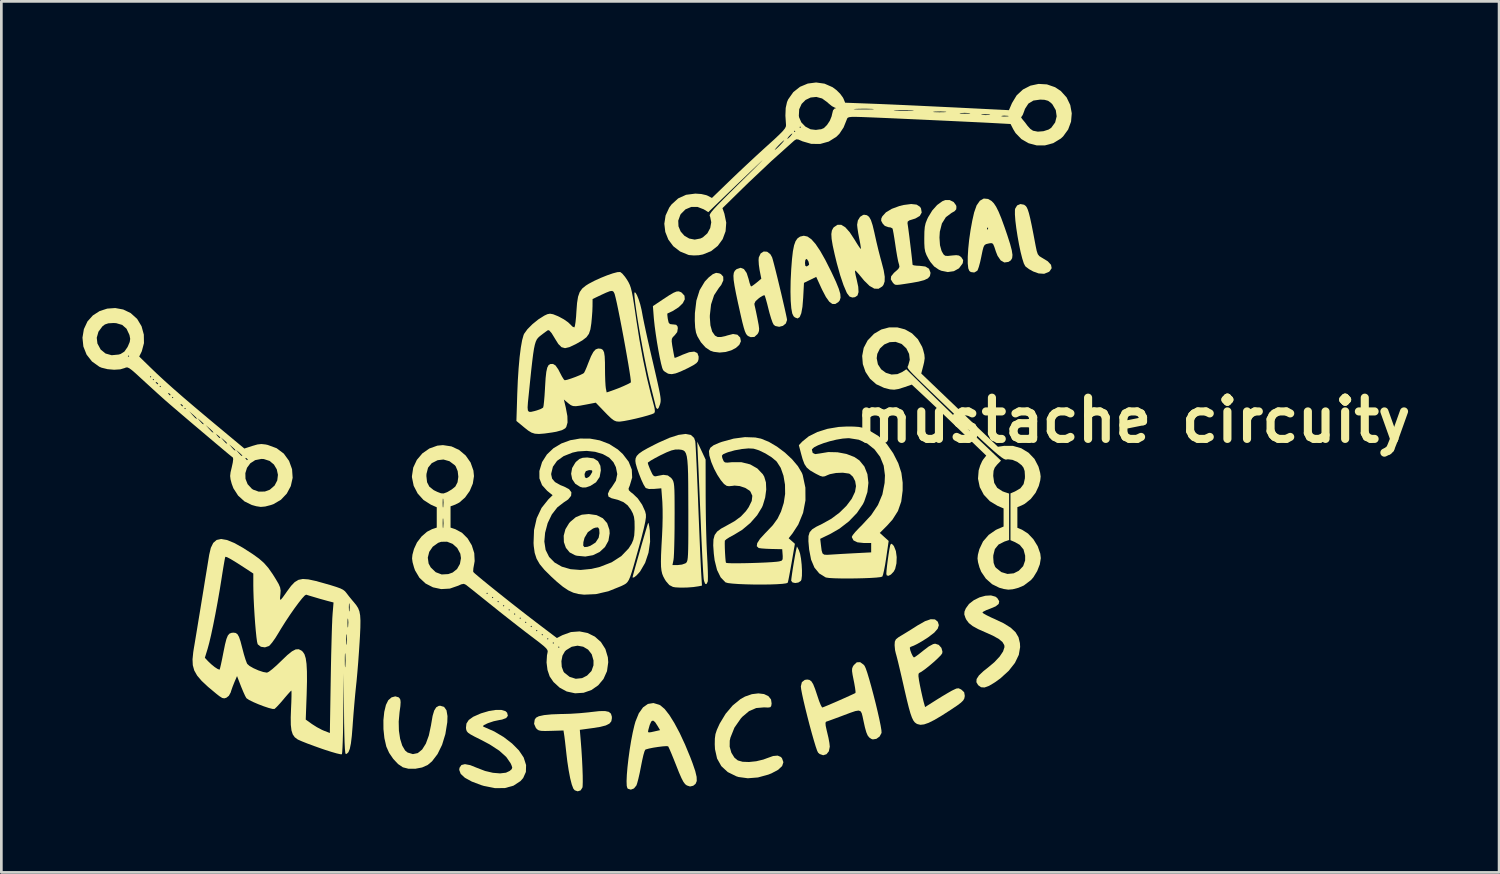
<source format=kicad_pcb>
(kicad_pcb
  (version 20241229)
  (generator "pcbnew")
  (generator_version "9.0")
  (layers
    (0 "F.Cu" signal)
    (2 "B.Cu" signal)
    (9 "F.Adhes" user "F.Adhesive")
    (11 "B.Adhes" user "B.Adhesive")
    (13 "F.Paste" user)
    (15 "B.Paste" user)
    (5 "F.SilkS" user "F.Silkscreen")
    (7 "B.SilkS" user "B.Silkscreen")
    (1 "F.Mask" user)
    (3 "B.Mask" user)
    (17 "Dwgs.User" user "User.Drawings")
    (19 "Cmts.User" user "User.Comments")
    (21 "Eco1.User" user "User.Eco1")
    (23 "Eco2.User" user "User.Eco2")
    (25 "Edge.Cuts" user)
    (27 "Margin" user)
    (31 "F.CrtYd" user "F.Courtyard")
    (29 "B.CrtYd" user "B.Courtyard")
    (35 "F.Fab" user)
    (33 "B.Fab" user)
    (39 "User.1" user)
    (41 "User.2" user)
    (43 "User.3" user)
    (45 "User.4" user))
  (footprint "mustache circuity"
    (layer "F.Cu")
    (at 38.859 12.492)
    (property "Reference" "mustache circuity" (at 0 0 0) (layer "F.SilkS") (effects (font (size 1.524 1.524) (thickness 0.3))))
    (attr board_only exclude_from_pos_files exclude_from_bom)
    (fp_poly (pts (xy -8.88 4.616) (xy -8.846 4.664) (xy -8.777 4.838) (xy -8.747 5.06) (xy -8.756 5.293) (xy -8.804 5.497) (xy -8.855 5.594) (xy -8.959 5.705) (xy -9.053 5.754) (xy -9.116 5.736) (xy -9.13 5.681) (xy -9.123 5.559) (xy -9.104 5.379) (xy -9.077 5.17) (xy -9.047 4.958) (xy -9.017 4.773) (xy -8.99 4.641) (xy -8.976 4.595) (xy -8.937 4.565)) (stroke (width 0) (type solid)) (fill yes) (layer "F.SilkS"))
    (fp_poly (pts (xy -12.364 4.805) (xy -12.321 4.932) (xy -12.286 5.119) (xy -12.262 5.337) (xy -12.25 5.557) (xy -12.252 5.751) (xy -12.27 5.892) (xy -12.291 5.94) (xy -12.383 6.001) (xy -12.499 6.02) (xy -12.6 5.998) (xy -12.648 5.938) (xy -12.649 5.929) (xy -12.64 5.842) (xy -12.618 5.681) (xy -12.587 5.476) (xy -12.55 5.253) (xy -12.513 5.041) (xy -12.481 4.867) (xy -12.465 4.794) (xy -12.436 4.667)) (stroke (width 0) (type solid)) (fill yes) (layer "F.SilkS"))
    (fp_poly (pts (xy -17.919 3.825) (xy -17.897 3.935) (xy -17.877 4.076) (xy -17.867 4.493) (xy -17.926 4.9) (xy -18.05 5.272) (xy -18.232 5.585) (xy -18.262 5.623) (xy -18.37 5.74) (xy -18.458 5.809) (xy -18.509 5.82) (xy -18.514 5.802) (xy -18.5 5.742) (xy -18.463 5.604) (xy -18.408 5.406) (xy -18.34 5.165) (xy -18.264 4.899) (xy -18.186 4.626) (xy -18.11 4.365) (xy -18.042 4.133) (xy -17.987 3.948) (xy -17.95 3.828) (xy -17.936 3.791)) (stroke (width 0) (type solid)) (fill yes) (layer "F.SilkS"))
    (fp_poly (pts (xy -15.814 1.454) (xy -15.812 2.805) (xy -15.809 3.228) (xy -15.803 3.672) (xy -15.793 4.111) (xy -15.781 4.517) (xy -15.766 4.864) (xy -15.758 5.017) (xy -15.743 5.309) (xy -15.732 5.57) (xy -15.728 5.782) (xy -15.731 5.924) (xy -15.737 5.973) (xy -15.783 6.059) (xy -15.83 6.048) (xy -15.87 5.945) (xy -15.883 5.878) (xy -15.892 5.783) (xy -15.905 5.6) (xy -15.92 5.34) (xy -15.937 5.018) (xy -15.955 4.647) (xy -15.974 4.239) (xy -15.989 3.876) (xy -16.008 3.423) (xy -16.028 2.972) (xy -16.046 2.542) (xy -16.063 2.151) (xy -16.077 1.815) (xy -16.089 1.552) (xy -16.095 1.428) (xy -16.124 0.791)) (stroke (width 0) (type solid)) (fill yes) (layer "F.SilkS"))
    (fp_poly (pts (xy -19.955 1.41) (xy -19.794 1.512) (xy -19.706 1.683) (xy -19.688 1.852) (xy -19.733 2.098) (xy -19.866 2.294) (xy -20.077 2.429) (xy -20.239 2.484) (xy -20.363 2.488) (xy -20.453 2.463) (xy -20.635 2.348) (xy -20.748 2.179) (xy -20.783 2.002) (xy -20.29 2.002) (xy -20.277 2.111) (xy -20.215 2.142) (xy -20.126 2.092) (xy -20.073 2.029) (xy -20.005 1.911) (xy -20.014 1.853) (xy -20.105 1.843) (xy -20.134 1.846) (xy -20.243 1.882) (xy -20.287 1.979) (xy -20.29 2.002) (xy -20.783 2.002) (xy -20.787 1.977) (xy -20.75 1.766) (xy -20.632 1.567) (xy -20.596 1.528) (xy -20.481 1.432) (xy -20.36 1.388) (xy -20.191 1.377)) (stroke (width 0) (type solid)) (fill yes) (layer "F.SilkS"))
    (fp_poly (pts (xy -4.037 -7.971) (xy -3.974 -7.924) (xy -3.936 -7.872) (xy -3.898 -7.787) (xy -3.857 -7.658) (xy -3.811 -7.473) (xy -3.757 -7.221) (xy -3.692 -6.892) (xy -3.613 -6.474) (xy -3.609 -6.452) (xy -3.569 -6.261) (xy -3.529 -6.143) (xy -3.473 -6.071) (xy -3.387 -6.017) (xy -3.374 -6.01) (xy -3.16 -5.879) (xy -3.04 -5.749) (xy -3.016 -5.625) (xy -3.09 -5.511) (xy -3.123 -5.486) (xy -3.294 -5.416) (xy -3.499 -5.43) (xy -3.698 -5.502) (xy -3.849 -5.586) (xy -3.971 -5.677) (xy -3.993 -5.699) (xy -4.046 -5.8) (xy -4.104 -5.983) (xy -4.165 -6.225) (xy -4.224 -6.507) (xy -4.278 -6.807) (xy -4.324 -7.105) (xy -4.358 -7.38) (xy -4.375 -7.612) (xy -4.374 -7.779) (xy -4.366 -7.825) (xy -4.293 -7.945) (xy -4.172 -7.996)) (stroke (width 0) (type solid)) (fill yes) (layer "F.SilkS"))
    (fp_poly (pts (xy -19.845 3.509) (xy -19.615 3.624) (xy -19.455 3.806) (xy -19.372 4.049) (xy -19.362 4.184) (xy -19.408 4.457) (xy -19.536 4.689) (xy -19.731 4.87) (xy -19.978 4.99) (xy -20.263 5.04) (xy -20.571 5.011) (xy -20.64 4.993) (xy -20.841 4.888) (xy -20.98 4.719) (xy -21.01 4.636) (xy -20.34 4.636) (xy -20.296 4.691) (xy -20.187 4.681) (xy -20.078 4.644) (xy -19.886 4.524) (xy -19.769 4.346) (xy -19.739 4.176) (xy -19.75 4.025) (xy -19.795 3.962) (xy -19.894 3.973) (xy -19.977 4.004) (xy -20.168 4.137) (xy -20.292 4.346) (xy -20.334 4.508) (xy -20.34 4.636) (xy -21.01 4.636) (xy -21.055 4.507) (xy -21.062 4.27) (xy -20.998 4.029) (xy -20.861 3.804) (xy -20.819 3.757) (xy -20.614 3.584) (xy -20.391 3.493) (xy -20.136 3.468)) (stroke (width 0) (type solid)) (fill yes) (layer "F.SilkS"))
    (fp_poly (pts (xy -15.308 -5.433) (xy -15.247 -5.405) (xy -15.162 -5.31) (xy -15.159 -5.173) (xy -15.235 -5.006) (xy -15.324 -4.893) (xy -15.5 -4.625) (xy -15.612 -4.284) (xy -15.657 -3.881) (xy -15.658 -3.811) (xy -15.636 -3.509) (xy -15.571 -3.279) (xy -15.467 -3.131) (xy -15.369 -3.079) (xy -15.246 -3.078) (xy -15.082 -3.113) (xy -15.02 -3.134) (xy -14.8 -3.19) (xy -14.639 -3.164) (xy -14.536 -3.06) (xy -14.509 -2.921) (xy -14.567 -2.791) (xy -14.692 -2.676) (xy -14.866 -2.585) (xy -15.073 -2.525) (xy -15.295 -2.504) (xy -15.514 -2.531) (xy -15.637 -2.572) (xy -15.818 -2.694) (xy -15.988 -2.884) (xy -16.12 -3.109) (xy -16.169 -3.242) (xy -16.2 -3.425) (xy -16.214 -3.679) (xy -16.21 -3.963) (xy -16.155 -4.426) (xy -16.034 -4.813) (xy -15.845 -5.128) (xy -15.702 -5.28) (xy -15.548 -5.402) (xy -15.426 -5.451)) (stroke (width 0) (type solid)) (fill yes) (layer "F.SilkS"))
    (fp_poly (pts (xy -18.403 -4.714) (xy -18.349 -4.619) (xy -18.289 -4.468) (xy -18.231 -4.283) (xy -18.183 -4.084) (xy -18.163 -3.978) (xy -18.133 -3.812) (xy -18.083 -3.568) (xy -18.019 -3.268) (xy -17.945 -2.933) (xy -17.866 -2.585) (xy -17.846 -2.499) (xy -17.739 -2.042) (xy -17.654 -1.672) (xy -17.588 -1.381) (xy -17.539 -1.156) (xy -17.505 -0.986) (xy -17.485 -0.862) (xy -17.476 -0.771) (xy -17.477 -0.703) (xy -17.485 -0.647) (xy -17.499 -0.593) (xy -17.501 -0.586) (xy -17.553 -0.452) (xy -17.603 -0.414) (xy -17.647 -0.473) (xy -17.661 -0.523) (xy -17.682 -0.612) (xy -17.723 -0.779) (xy -17.779 -1.003) (xy -17.844 -1.261) (xy -17.868 -1.352) (xy -17.93 -1.616) (xy -17.998 -1.929) (xy -18.069 -2.277) (xy -18.14 -2.648) (xy -18.209 -3.026) (xy -18.274 -3.398) (xy -18.332 -3.75) (xy -18.381 -4.069) (xy -18.418 -4.34) (xy -18.442 -4.55) (xy -18.449 -4.686) (xy -18.442 -4.731)) (stroke (width 0) (type solid)) (fill yes) (layer "F.SilkS"))
    (fp_poly (pts (xy -6.786 -8.142) (xy -6.642 -8.072) (xy -6.552 -7.951) (xy -6.538 -7.897) (xy -6.545 -7.802) (xy -6.607 -7.73) (xy -6.717 -7.669) (xy -6.929 -7.51) (xy -7.075 -7.277) (xy -7.152 -6.974) (xy -7.165 -6.758) (xy -7.146 -6.472) (xy -7.089 -6.266) (xy -7.071 -6.23) (xy -7.013 -6.131) (xy -6.954 -6.084) (xy -6.859 -6.076) (xy -6.713 -6.092) (xy -6.547 -6.106) (xy -6.445 -6.092) (xy -6.372 -6.042) (xy -6.352 -6.021) (xy -6.289 -5.922) (xy -6.302 -5.82) (xy -6.314 -5.791) (xy -6.444 -5.618) (xy -6.633 -5.513) (xy -6.858 -5.481) (xy -7.097 -5.529) (xy -7.188 -5.569) (xy -7.361 -5.687) (xy -7.501 -5.854) (xy -7.57 -5.967) (xy -7.645 -6.109) (xy -7.691 -6.231) (xy -7.716 -6.366) (xy -7.726 -6.545) (xy -7.727 -6.733) (xy -7.723 -6.976) (xy -7.708 -7.151) (xy -7.676 -7.293) (xy -7.619 -7.435) (xy -7.585 -7.507) (xy -7.433 -7.756) (xy -7.251 -7.961) (xy -7.059 -8.1) (xy -6.952 -8.142)) (stroke (width 0) (type solid)) (fill yes) (layer "F.SilkS"))
    (fp_poly (pts (xy -27.168 10.246) (xy -27.135 10.277) (xy -27.103 10.335) (xy -27.093 10.426) (xy -27.102 10.572) (xy -27.132 10.792) (xy -27.164 11.145) (xy -27.156 11.48) (xy -27.111 11.782) (xy -27.034 12.032) (xy -26.928 12.212) (xy -26.836 12.288) (xy -26.639 12.347) (xy -26.459 12.309) (xy -26.298 12.178) (xy -26.16 11.96) (xy -26.049 11.657) (xy -25.968 11.274) (xy -25.96 11.221) (xy -25.91 10.933) (xy -25.851 10.735) (xy -25.776 10.616) (xy -25.681 10.563) (xy -25.63 10.558) (xy -25.486 10.6) (xy -25.396 10.728) (xy -25.36 10.942) (xy -25.367 11.166) (xy -25.438 11.606) (xy -25.56 12.004) (xy -25.727 12.345) (xy -25.931 12.613) (xy -26.091 12.748) (xy -26.299 12.841) (xy -26.552 12.889) (xy -26.806 12.887) (xy -27.01 12.835) (xy -27.188 12.714) (xy -27.365 12.525) (xy -27.518 12.301) (xy -27.621 12.071) (xy -27.623 12.065) (xy -27.693 11.756) (xy -27.728 11.424) (xy -27.73 11.092) (xy -27.698 10.784) (xy -27.636 10.527) (xy -27.55 10.354) (xy -27.429 10.249) (xy -27.29 10.211)) (stroke (width 0) (type solid)) (fill yes) (layer "F.SilkS"))
    (fp_poly (pts (xy -19.394 10.784) (xy -19.315 10.851) (xy -19.282 10.958) (xy -19.28 11.017) (xy -19.3 11.132) (xy -19.371 11.219) (xy -19.506 11.287) (xy -19.717 11.341) (xy -19.988 11.384) (xy -20.466 11.449) (xy -20.435 11.815) (xy -20.407 12.171) (xy -20.385 12.522) (xy -20.369 12.851) (xy -20.359 13.141) (xy -20.357 13.374) (xy -20.362 13.533) (xy -20.37 13.585) (xy -20.437 13.689) (xy -20.544 13.723) (xy -20.654 13.685) (xy -20.706 13.622) (xy -20.763 13.472) (xy -20.822 13.241) (xy -20.878 12.947) (xy -20.929 12.613) (xy -20.961 12.343) (xy -20.988 12.101) (xy -21.013 11.879) (xy -21.034 11.708) (xy -21.044 11.64) (xy -21.07 11.473) (xy -21.53 11.487) (xy -21.751 11.492) (xy -21.895 11.487) (xy -21.984 11.468) (xy -22.044 11.43) (xy -22.09 11.38) (xy -22.157 11.228) (xy -22.134 11.072) (xy -22.085 11) (xy -21.981 10.946) (xy -21.786 10.904) (xy -21.511 10.877) (xy -21.167 10.864) (xy -21.116 10.864) (xy -20.811 10.855) (xy -20.466 10.833) (xy -20.141 10.802) (xy -20.045 10.79) (xy -19.746 10.757) (xy -19.534 10.754)) (stroke (width 0) (type solid)) (fill yes) (layer "F.SilkS"))
    (fp_poly (pts (xy -13.654 10.126) (xy -13.492 10.203) (xy -13.394 10.326) (xy -13.373 10.474) (xy -13.387 10.568) (xy -13.422 10.613) (xy -13.507 10.625) (xy -13.652 10.618) (xy -13.942 10.643) (xy -14.207 10.757) (xy -14.456 10.967) (xy -14.511 11.028) (xy -14.748 11.368) (xy -14.895 11.735) (xy -14.921 11.848) (xy -14.924 12.073) (xy -14.862 12.294) (xy -14.748 12.478) (xy -14.623 12.58) (xy -14.446 12.63) (xy -14.209 12.639) (xy -13.942 12.611) (xy -13.679 12.548) (xy -13.55 12.5) (xy -13.317 12.417) (xy -13.149 12.402) (xy -13.031 12.452) (xy -12.989 12.499) (xy -12.937 12.646) (xy -12.984 12.789) (xy -13.131 12.927) (xy -13.375 13.057) (xy -13.492 13.104) (xy -13.877 13.21) (xy -14.252 13.24) (xy -14.593 13.194) (xy -14.679 13.167) (xy -14.997 13.01) (xy -15.233 12.791) (xy -15.39 12.51) (xy -15.467 12.165) (xy -15.476 11.982) (xy -15.472 11.772) (xy -15.45 11.609) (xy -15.399 11.452) (xy -15.31 11.255) (xy -15.291 11.215) (xy -15.074 10.856) (xy -14.813 10.548) (xy -14.525 10.313) (xy -14.358 10.219) (xy -14.103 10.13) (xy -13.863 10.101)) (stroke (width 0) (type solid)) (fill yes) (layer "F.SilkS"))
    (fp_poly (pts (xy -12.046 -6.794) (xy -11.903 -6.694) (xy -11.749 -6.52) (xy -11.578 -6.266) (xy -11.386 -5.927) (xy -11.169 -5.497) (xy -11.139 -5.434) (xy -10.989 -5.11) (xy -10.888 -4.861) (xy -10.833 -4.673) (xy -10.823 -4.535) (xy -10.853 -4.433) (xy -10.906 -4.369) (xy -11.02 -4.298) (xy -11.13 -4.302) (xy -11.242 -4.386) (xy -11.364 -4.557) (xy -11.501 -4.819) (xy -11.543 -4.908) (xy -11.723 -5.302) (xy -12.176 -5.081) (xy -12.205 -4.533) (xy -12.232 -4.197) (xy -12.275 -3.959) (xy -12.334 -3.816) (xy -12.412 -3.765) (xy -12.51 -3.802) (xy -12.561 -3.847) (xy -12.61 -3.95) (xy -12.645 -4.144) (xy -12.667 -4.417) (xy -12.675 -4.757) (xy -12.669 -5.154) (xy -12.648 -5.578) (xy -12.63 -5.816) (xy -12.139 -5.816) (xy -12.126 -5.711) (xy -12.08 -5.689) (xy -12.062 -5.694) (xy -11.995 -5.742) (xy -11.986 -5.765) (xy -12.008 -5.866) (xy -12.058 -5.948) (xy -12.093 -5.967) (xy -12.126 -5.923) (xy -12.139 -5.817) (xy -12.139 -5.816) (xy -12.63 -5.816) (xy -12.619 -5.96) (xy -12.585 -6.253) (xy -12.542 -6.47) (xy -12.487 -6.623) (xy -12.417 -6.725) (xy -12.327 -6.788) (xy -12.319 -6.792) (xy -12.183 -6.824)) (stroke (width 0) (type solid)) (fill yes) (layer "F.SilkS"))
    (fp_poly (pts (xy -5.094 6.524) (xy -5.027 6.576) (xy -4.956 6.692) (xy -4.975 6.793) (xy -5.088 6.883) (xy -5.272 6.961) (xy -5.429 7.021) (xy -5.54 7.076) (xy -5.578 7.108) (xy -5.537 7.146) (xy -5.422 7.211) (xy -5.253 7.294) (xy -5.138 7.345) (xy -4.789 7.51) (xy -4.531 7.671) (xy -4.352 7.839) (xy -4.242 8.025) (xy -4.19 8.242) (xy -4.182 8.387) (xy -4.231 8.676) (xy -4.374 8.973) (xy -4.604 9.266) (xy -4.913 9.547) (xy -5.113 9.691) (xy -5.333 9.823) (xy -5.499 9.883) (xy -5.627 9.874) (xy -5.732 9.799) (xy -5.736 9.795) (xy -5.8 9.686) (xy -5.792 9.571) (xy -5.706 9.437) (xy -5.537 9.277) (xy -5.38 9.153) (xy -5.132 8.945) (xy -4.94 8.74) (xy -4.813 8.55) (xy -4.761 8.39) (xy -4.768 8.317) (xy -4.835 8.202) (xy -4.971 8.089) (xy -5.185 7.969) (xy -5.446 7.852) (xy -5.733 7.725) (xy -5.938 7.612) (xy -6.078 7.501) (xy -6.17 7.379) (xy -6.204 7.31) (xy -6.247 7.181) (xy -6.24 7.075) (xy -6.191 6.957) (xy -6.072 6.793) (xy -5.895 6.655) (xy -5.686 6.551) (xy -5.466 6.49) (xy -5.261 6.478)) (stroke (width 0) (type solid)) (fill yes) (layer "F.SilkS"))
    (fp_poly (pts (xy -5.366 -8.184) (xy -5.241 -8.111) (xy -5.155 -8.024) (xy -5.069 -7.895) (xy -4.977 -7.71) (xy -4.874 -7.459) (xy -4.754 -7.129) (xy -4.656 -6.842) (xy -4.554 -6.524) (xy -4.491 -6.286) (xy -4.465 -6.115) (xy -4.477 -5.996) (xy -4.525 -5.915) (xy -4.609 -5.859) (xy -4.615 -5.856) (xy -4.766 -5.835) (xy -4.901 -5.912) (xy -5.017 -6.082) (xy -5.077 -6.233) (xy -5.135 -6.41) (xy -5.177 -6.508) (xy -5.221 -6.549) (xy -5.286 -6.549) (xy -5.365 -6.533) (xy -5.444 -6.513) (xy -5.497 -6.478) (xy -5.536 -6.406) (xy -5.571 -6.277) (xy -5.614 -6.07) (xy -5.617 -6.052) (xy -5.663 -5.842) (xy -5.711 -5.667) (xy -5.753 -5.553) (xy -5.766 -5.531) (xy -5.879 -5.464) (xy -6.006 -5.481) (xy -6.059 -5.519) (xy -6.1 -5.617) (xy -6.119 -5.798) (xy -6.119 -6.047) (xy -6.101 -6.346) (xy -6.067 -6.678) (xy -6.016 -7.029) (xy -6.005 -7.09) (xy -5.406 -7.09) (xy -5.388 -7.048) (xy -5.372 -7.056) (xy -5.366 -7.116) (xy -5.372 -7.124) (xy -5.403 -7.117) (xy -5.406 -7.09) (xy -6.005 -7.09) (xy -5.952 -7.381) (xy -5.883 -7.686) (xy -5.791 -7.947) (xy -5.67 -8.119) (xy -5.527 -8.2)) (stroke (width 0) (type solid)) (fill yes) (layer "F.SilkS"))
    (fp_poly (pts (xy -23.365 10.714) (xy -23.215 10.758) (xy -23.154 10.816) (xy -23.127 10.93) (xy -23.189 11.013) (xy -23.343 11.07) (xy -23.45 11.088) (xy -23.651 11.131) (xy -23.85 11.197) (xy -23.895 11.216) (xy -24.015 11.276) (xy -24.051 11.313) (xy -24.014 11.341) (xy -23.997 11.347) (xy -23.63 11.509) (xy -23.281 11.716) (xy -22.971 11.955) (xy -22.72 12.208) (xy -22.549 12.461) (xy -22.541 12.476) (xy -22.453 12.751) (xy -22.46 13.006) (xy -22.561 13.232) (xy -22.661 13.345) (xy -22.921 13.515) (xy -23.236 13.602) (xy -23.601 13.606) (xy -24.009 13.525) (xy -24.108 13.495) (xy -24.461 13.362) (xy -24.716 13.222) (xy -24.871 13.078) (xy -24.926 12.93) (xy -24.915 12.851) (xy -24.844 12.75) (xy -24.714 12.718) (xy -24.519 12.755) (xy -24.262 12.858) (xy -23.97 12.97) (xy -23.68 13.038) (xy -23.415 13.06) (xy -23.197 13.034) (xy -23.059 12.969) (xy -22.985 12.903) (xy -22.965 12.843) (xy -22.996 12.75) (xy -23.028 12.682) (xy -23.187 12.452) (xy -23.445 12.22) (xy -23.804 11.986) (xy -24.123 11.817) (xy -24.352 11.703) (xy -24.505 11.62) (xy -24.599 11.556) (xy -24.648 11.497) (xy -24.669 11.432) (xy -24.676 11.372) (xy -24.659 11.217) (xy -24.574 11.085) (xy -24.41 10.967) (xy -24.156 10.854) (xy -24.102 10.834) (xy -23.827 10.753) (xy -23.575 10.713)) (stroke (width 0) (type solid)) (fill yes) (layer "F.SilkS"))
    (fp_poly (pts (xy -16.734 -4.74) (xy -16.697 -4.718) (xy -16.595 -4.606) (xy -16.584 -4.473) (xy -16.658 -4.328) (xy -16.811 -4.179) (xy -17.036 -4.036) (xy -17.228 -3.947) (xy -17.23 -3.898) (xy -17.217 -3.784) (xy -17.211 -3.743) (xy -17.182 -3.614) (xy -17.133 -3.558) (xy -17.035 -3.545) (xy -17.018 -3.545) (xy -16.903 -3.531) (xy -16.853 -3.472) (xy -16.841 -3.405) (xy -16.864 -3.261) (xy -16.958 -3.142) (xy -17.027 -3.073) (xy -17.062 -3.009) (xy -17.068 -2.919) (xy -17.049 -2.773) (xy -17.031 -2.67) (xy -17 -2.494) (xy -16.975 -2.365) (xy -16.96 -2.307) (xy -16.96 -2.307) (xy -16.912 -2.319) (xy -16.798 -2.365) (xy -16.673 -2.421) (xy -16.42 -2.517) (xy -16.235 -2.539) (xy -16.119 -2.485) (xy -16.072 -2.356) (xy -16.075 -2.26) (xy -16.097 -2.181) (xy -16.153 -2.113) (xy -16.263 -2.038) (xy -16.445 -1.941) (xy -16.474 -1.926) (xy -16.732 -1.805) (xy -16.922 -1.733) (xy -17.064 -1.705) (xy -17.177 -1.717) (xy -17.216 -1.731) (xy -17.333 -1.803) (xy -17.385 -1.853) (xy -17.418 -1.933) (xy -17.461 -2.096) (xy -17.51 -2.322) (xy -17.561 -2.592) (xy -17.612 -2.888) (xy -17.658 -3.19) (xy -17.697 -3.478) (xy -17.725 -3.735) (xy -17.731 -3.806) (xy -17.763 -4.221) (xy -17.387 -4.473) (xy -17.163 -4.62) (xy -17.005 -4.713) (xy -16.892 -4.76) (xy -16.808 -4.767)) (stroke (width 0) (type solid)) (fill yes) (layer "F.SilkS"))
    (fp_poly (pts (xy -9.848 -7.583) (xy -9.769 -7.523) (xy -9.701 -7.405) (xy -9.639 -7.217) (xy -9.573 -6.943) (xy -9.562 -6.891) (xy -9.497 -6.6) (xy -9.422 -6.287) (xy -9.348 -6.001) (xy -9.31 -5.863) (xy -9.228 -5.546) (xy -9.189 -5.307) (xy -9.193 -5.13) (xy -9.238 -5.003) (xy -9.283 -4.947) (xy -9.421 -4.862) (xy -9.576 -4.868) (xy -9.751 -4.968) (xy -9.951 -5.164) (xy -10.043 -5.276) (xy -10.156 -5.412) (xy -10.243 -5.507) (xy -10.287 -5.541) (xy -10.288 -5.54) (xy -10.287 -5.484) (xy -10.264 -5.358) (xy -10.229 -5.213) (xy -10.169 -4.936) (xy -10.158 -4.739) (xy -10.197 -4.614) (xy -10.289 -4.552) (xy -10.388 -4.539) (xy -10.49 -4.575) (xy -10.581 -4.693) (xy -10.601 -4.731) (xy -10.716 -5.002) (xy -10.838 -5.365) (xy -10.962 -5.809) (xy -11.041 -6.133) (xy -11.113 -6.461) (xy -11.154 -6.707) (xy -11.164 -6.888) (xy -11.144 -7.017) (xy -11.094 -7.112) (xy -11.068 -7.141) (xy -10.936 -7.228) (xy -10.797 -7.228) (xy -10.648 -7.137) (xy -10.484 -6.952) (xy -10.305 -6.679) (xy -10.205 -6.516) (xy -10.125 -6.395) (xy -10.078 -6.336) (xy -10.072 -6.334) (xy -10.074 -6.388) (xy -10.093 -6.516) (xy -10.126 -6.69) (xy -10.13 -6.708) (xy -10.169 -6.913) (xy -10.198 -7.103) (xy -10.211 -7.229) (xy -10.183 -7.389) (xy -10.101 -7.522) (xy -9.988 -7.594) (xy -9.948 -7.6)) (stroke (width 0) (type solid)) (fill yes) (layer "F.SilkS"))
    (fp_poly (pts (xy -8.012 -7.975) (xy -7.884 -7.893) (xy -7.848 -7.834) (xy -7.822 -7.682) (xy -7.893 -7.556) (xy -8.057 -7.461) (xy -8.139 -7.435) (xy -8.278 -7.392) (xy -8.34 -7.347) (xy -8.347 -7.279) (xy -8.341 -7.244) (xy -8.328 -7.157) (xy -8.306 -6.995) (xy -8.278 -6.781) (xy -8.249 -6.539) (xy -8.219 -6.294) (xy -8.193 -6.068) (xy -8.173 -5.886) (xy -8.162 -5.772) (xy -8.161 -5.751) (xy -8.115 -5.729) (xy -7.998 -5.715) (xy -7.909 -5.712) (xy -7.689 -5.686) (xy -7.553 -5.604) (xy -7.499 -5.466) (xy -7.498 -5.436) (xy -7.519 -5.331) (xy -7.592 -5.248) (xy -7.73 -5.182) (xy -7.945 -5.126) (xy -8.201 -5.08) (xy -8.453 -5.041) (xy -8.624 -5.016) (xy -8.733 -5.006) (xy -8.797 -5.012) (xy -8.838 -5.034) (xy -8.874 -5.071) (xy -8.892 -5.092) (xy -8.965 -5.211) (xy -8.952 -5.325) (xy -8.848 -5.452) (xy -8.796 -5.497) (xy -8.687 -5.596) (xy -8.646 -5.671) (xy -8.658 -5.754) (xy -8.666 -5.778) (xy -8.694 -5.882) (xy -8.729 -6.06) (xy -8.767 -6.285) (xy -8.796 -6.48) (xy -8.831 -6.712) (xy -8.863 -6.907) (xy -8.889 -7.043) (xy -8.904 -7.095) (xy -8.971 -7.13) (xy -9.055 -7.141) (xy -9.186 -7.188) (xy -9.266 -7.274) (xy -9.322 -7.38) (xy -9.315 -7.466) (xy -9.278 -7.542) (xy -9.145 -7.689) (xy -8.929 -7.819) (xy -8.649 -7.922) (xy -8.49 -7.961) (xy -8.212 -7.997)) (stroke (width 0) (type solid)) (fill yes) (layer "F.SilkS"))
    (fp_poly (pts (xy -17.526 10.523) (xy -17.485 10.545) (xy -17.331 10.676) (xy -17.157 10.897) (xy -16.97 11.197) (xy -16.773 11.566) (xy -16.574 11.994) (xy -16.376 12.473) (xy -16.296 12.684) (xy -16.197 12.974) (xy -16.146 13.188) (xy -16.141 13.341) (xy -16.184 13.446) (xy -16.272 13.517) (xy -16.39 13.544) (xy -16.507 13.506) (xy -16.57 13.459) (xy -16.634 13.374) (xy -16.707 13.235) (xy -16.798 13.027) (xy -16.901 12.767) (xy -16.998 12.523) (xy -17.084 12.313) (xy -17.152 12.155) (xy -17.193 12.069) (xy -17.2 12.059) (xy -17.263 12.051) (xy -17.396 12.06) (xy -17.568 12.081) (xy -17.75 12.109) (xy -17.911 12.142) (xy -18.022 12.173) (xy -18.045 12.184) (xy -18.074 12.244) (xy -18.115 12.383) (xy -18.16 12.581) (xy -18.202 12.792) (xy -18.25 13.037) (xy -18.3 13.257) (xy -18.345 13.425) (xy -18.373 13.506) (xy -18.464 13.617) (xy -18.579 13.661) (xy -18.686 13.628) (xy -18.707 13.606) (xy -18.731 13.519) (xy -18.737 13.348) (xy -18.727 13.112) (xy -18.703 12.828) (xy -18.667 12.513) (xy -18.622 12.184) (xy -18.569 11.858) (xy -18.51 11.553) (xy -18.502 11.517) (xy -17.944 11.517) (xy -17.92 11.545) (xy -17.834 11.536) (xy -17.73 11.513) (xy -17.498 11.46) (xy -17.586 11.311) (xy -17.683 11.163) (xy -17.759 11.104) (xy -17.822 11.137) (xy -17.88 11.265) (xy -17.931 11.446) (xy -17.944 11.517) (xy -18.502 11.517) (xy -18.448 11.285) (xy -18.409 11.145) (xy -18.284 10.837) (xy -18.128 10.618) (xy -17.947 10.491) (xy -17.744 10.458)) (stroke (width 0) (type solid)) (fill yes) (layer "F.SilkS"))
    (fp_poly (pts (xy -13.54 -6.233) (xy -13.423 -6.145) (xy -13.356 -6.028) (xy -13.329 -5.939) (xy -13.284 -5.771) (xy -13.226 -5.544) (xy -13.159 -5.274) (xy -13.088 -4.98) (xy -13.016 -4.68) (xy -12.949 -4.391) (xy -12.889 -4.131) (xy -12.842 -3.919) (xy -12.811 -3.771) (xy -12.802 -3.709) (xy -12.846 -3.58) (xy -12.954 -3.492) (xy -13.094 -3.456) (xy -13.233 -3.485) (xy -13.292 -3.528) (xy -13.335 -3.607) (xy -13.39 -3.76) (xy -13.45 -3.962) (xy -13.485 -4.098) (xy -13.538 -4.31) (xy -13.586 -4.483) (xy -13.621 -4.595) (xy -13.634 -4.623) (xy -13.687 -4.612) (xy -13.79 -4.552) (xy -13.848 -4.51) (xy -13.968 -4.402) (xy -14.01 -4.312) (xy -14.005 -4.263) (xy -13.982 -4.164) (xy -13.946 -3.998) (xy -13.904 -3.794) (xy -13.893 -3.737) (xy -13.853 -3.528) (xy -13.835 -3.392) (xy -13.84 -3.303) (xy -13.866 -3.233) (xy -13.893 -3.189) (xy -14.008 -3.082) (xy -14.147 -3.073) (xy -14.239 -3.113) (xy -14.282 -3.147) (xy -14.322 -3.204) (xy -14.362 -3.295) (xy -14.405 -3.434) (xy -14.457 -3.633) (xy -14.52 -3.906) (xy -14.599 -4.264) (xy -14.612 -4.319) (xy -14.691 -4.691) (xy -14.745 -4.977) (xy -14.777 -5.191) (xy -14.785 -5.344) (xy -14.771 -5.452) (xy -14.735 -5.526) (xy -14.678 -5.58) (xy -14.664 -5.59) (xy -14.521 -5.639) (xy -14.397 -5.591) (xy -14.296 -5.447) (xy -14.226 -5.229) (xy -14.187 -5.077) (xy -14.15 -4.974) (xy -14.131 -4.947) (xy -14.076 -4.977) (xy -13.974 -5.053) (xy -13.926 -5.091) (xy -13.754 -5.235) (xy -13.817 -5.554) (xy -13.845 -5.749) (xy -13.855 -5.925) (xy -13.847 -6.022) (xy -13.777 -6.171) (xy -13.666 -6.241)) (stroke (width 0) (type solid)) (fill yes) (layer "F.SilkS"))
    (fp_poly (pts (xy -9.971 9.039) (xy -9.935 9.082) (xy -9.893 9.172) (xy -9.834 9.342) (xy -9.764 9.574) (xy -9.686 9.852) (xy -9.605 10.156) (xy -9.525 10.47) (xy -9.452 10.775) (xy -9.389 11.055) (xy -9.341 11.291) (xy -9.312 11.465) (xy -9.307 11.561) (xy -9.308 11.565) (xy -9.379 11.696) (xy -9.498 11.782) (xy -9.63 11.803) (xy -9.686 11.784) (xy -9.762 11.732) (xy -9.821 11.657) (xy -9.871 11.539) (xy -9.922 11.358) (xy -9.973 11.127) (xy -10.01 10.951) (xy -10.042 10.83) (xy -10.087 10.759) (xy -10.16 10.736) (xy -10.278 10.756) (xy -10.456 10.816) (xy -10.711 10.912) (xy -10.787 10.941) (xy -11.003 11.021) (xy -11.185 11.088) (xy -11.312 11.133) (xy -11.357 11.148) (xy -11.381 11.189) (xy -11.373 11.3) (xy -11.331 11.492) (xy -11.32 11.536) (xy -11.271 11.743) (xy -11.236 11.934) (xy -11.222 12.067) (xy -11.222 12.072) (xy -11.256 12.242) (xy -11.344 12.351) (xy -11.465 12.389) (xy -11.597 12.343) (xy -11.654 12.292) (xy -11.69 12.218) (xy -11.744 12.061) (xy -11.811 11.839) (xy -11.888 11.57) (xy -11.969 11.272) (xy -12.049 10.962) (xy -12.125 10.657) (xy -12.192 10.374) (xy -12.245 10.132) (xy -12.28 9.948) (xy -12.292 9.841) (xy -12.254 9.686) (xy -12.146 9.602) (xy -12.058 9.589) (xy -11.973 9.603) (xy -11.902 9.655) (xy -11.836 9.76) (xy -11.766 9.935) (xy -11.682 10.187) (xy -11.617 10.381) (xy -11.557 10.53) (xy -11.511 10.613) (xy -11.496 10.623) (xy -11.429 10.598) (xy -11.293 10.542) (xy -11.111 10.464) (xy -10.906 10.375) (xy -10.698 10.283) (xy -10.51 10.198) (xy -10.364 10.131) (xy -10.281 10.091) (xy -10.271 10.084) (xy -10.27 10.027) (xy -10.287 9.894) (xy -10.319 9.71) (xy -10.336 9.627) (xy -10.378 9.415) (xy -10.398 9.278) (xy -10.396 9.187) (xy -10.372 9.117) (xy -10.335 9.057) (xy -10.224 8.952) (xy -10.099 8.946)) (stroke (width 0) (type solid)) (fill yes) (layer "F.SilkS"))
    (fp_poly (pts (xy -7.332 7.365) (xy -7.228 7.45) (xy -7.227 7.451) (xy -7.188 7.578) (xy -7.231 7.71) (xy -7.36 7.857) (xy -7.58 8.025) (xy -7.635 8.062) (xy -7.822 8.179) (xy -7.991 8.275) (xy -8.113 8.335) (xy -8.143 8.346) (xy -8.235 8.382) (xy -8.263 8.414) (xy -8.245 8.505) (xy -8.202 8.623) (xy -8.152 8.725) (xy -8.111 8.772) (xy -8.109 8.773) (xy -8.053 8.742) (xy -7.941 8.661) (xy -7.796 8.546) (xy -7.762 8.518) (xy -7.562 8.366) (xy -7.402 8.28) (xy -7.326 8.263) (xy -7.192 8.307) (xy -7.093 8.418) (xy -7.055 8.557) (xy -7.064 8.62) (xy -7.115 8.691) (xy -7.227 8.804) (xy -7.376 8.941) (xy -7.542 9.082) (xy -7.702 9.209) (xy -7.835 9.303) (xy -7.911 9.344) (xy -7.939 9.377) (xy -7.943 9.462) (xy -7.922 9.616) (xy -7.889 9.796) (xy -7.842 10.021) (xy -7.795 10.232) (xy -7.757 10.391) (xy -7.75 10.417) (xy -7.697 10.607) (xy -7.279 10.342) (xy -7.072 10.214) (xy -6.874 10.096) (xy -6.717 10.006) (xy -6.668 9.981) (xy -6.541 9.922) (xy -6.459 9.912) (xy -6.378 9.949) (xy -6.347 9.969) (xy -6.252 10.059) (xy -6.23 10.182) (xy -6.232 10.217) (xy -6.248 10.294) (xy -6.291 10.366) (xy -6.374 10.447) (xy -6.514 10.552) (xy -6.726 10.694) (xy -6.733 10.699) (xy -7.075 10.919) (xy -7.349 11.081) (xy -7.564 11.189) (xy -7.734 11.248) (xy -7.869 11.263) (xy -7.98 11.237) (xy -8.02 11.217) (xy -8.079 11.172) (xy -8.132 11.102) (xy -8.184 10.995) (xy -8.239 10.84) (xy -8.3 10.624) (xy -8.372 10.335) (xy -8.459 9.962) (xy -8.49 9.823) (xy -8.564 9.5) (xy -8.633 9.205) (xy -8.693 8.953) (xy -8.741 8.763) (xy -8.771 8.651) (xy -8.777 8.634) (xy -8.808 8.5) (xy -8.823 8.333) (xy -8.824 8.309) (xy -8.816 8.186) (xy -8.777 8.103) (xy -8.684 8.027) (xy -8.587 7.968) (xy -8.43 7.873) (xy -8.225 7.747) (xy -8.013 7.612) (xy -7.969 7.584) (xy -7.699 7.431) (xy -7.488 7.358)) (stroke (width 0) (type solid)) (fill yes) (layer "F.SilkS"))
    (fp_poly (pts (xy -20.094 0.678) (xy -19.73 0.744) (xy -19.381 0.877) (xy -19.061 1.08) (xy -18.877 1.249) (xy -18.659 1.534) (xy -18.544 1.823) (xy -18.53 2.117) (xy -18.618 2.414) (xy -18.627 2.434) (xy -18.663 2.525) (xy -18.652 2.589) (xy -18.578 2.661) (xy -18.506 2.714) (xy -18.322 2.891) (xy -18.162 3.123) (xy -18.051 3.367) (xy -18.022 3.484) (xy -18.021 3.589) (xy -18.046 3.758) (xy -18.099 3.999) (xy -18.18 4.321) (xy -18.283 4.699) (xy -18.392 5.087) (xy -18.477 5.389) (xy -18.546 5.618) (xy -18.602 5.785) (xy -18.652 5.902) (xy -18.702 5.981) (xy -18.756 6.036) (xy -18.821 6.077) (xy -18.901 6.117) (xy -18.939 6.135) (xy -19.409 6.324) (xy -19.871 6.43) (xy -20.309 6.45) (xy -20.521 6.426) (xy -20.707 6.377) (xy -20.891 6.291) (xy -21.092 6.157) (xy -21.327 5.962) (xy -21.526 5.779) (xy -21.774 5.533) (xy -21.949 5.322) (xy -22.065 5.12) (xy -22.135 4.905) (xy -22.17 4.653) (xy -22.177 4.538) (xy -22.175 4.486) (xy -21.778 4.486) (xy -21.731 4.794) (xy -21.602 5.054) (xy -21.398 5.262) (xy -21.131 5.415) (xy -20.808 5.508) (xy -20.44 5.537) (xy -20.035 5.497) (xy -19.724 5.423) (xy -19.288 5.253) (xy -18.933 5.025) (xy -18.661 4.741) (xy -18.549 4.565) (xy -18.488 4.422) (xy -18.453 4.258) (xy -18.44 4.039) (xy -18.439 3.953) (xy -18.443 3.731) (xy -18.463 3.573) (xy -18.506 3.443) (xy -18.578 3.307) (xy -18.697 3.147) (xy -18.849 3.03) (xy -19.06 2.943) (xy -19.292 2.884) (xy -19.404 2.826) (xy -19.428 2.721) (xy -19.365 2.576) (xy -19.28 2.467) (xy -19.13 2.234) (xy -19.081 1.991) (xy -19.132 1.734) (xy -19.224 1.55) (xy -19.382 1.381) (xy -19.614 1.252) (xy -19.899 1.167) (xy -20.214 1.133) (xy -20.537 1.153) (xy -20.737 1.197) (xy -21.065 1.327) (xy -21.308 1.502) (xy -21.461 1.717) (xy -21.523 1.969) (xy -21.524 2.009) (xy -21.49 2.161) (xy -21.383 2.286) (xy -21.191 2.396) (xy -21.047 2.453) (xy -20.863 2.549) (xy -20.777 2.666) (xy -20.789 2.795) (xy -20.898 2.929) (xy -21.056 3.035) (xy -21.297 3.221) (xy -21.501 3.484) (xy -21.655 3.804) (xy -21.75 4.161) (xy -21.778 4.486) (xy -22.175 4.486) (xy -22.159 4.058) (xy -22.06 3.623) (xy -21.881 3.242) (xy -21.628 2.925) (xy -21.472 2.772) (xy -21.672 2.611) (xy -21.863 2.4) (xy -21.96 2.151) (xy -21.962 1.877) (xy -21.862 1.547) (xy -21.684 1.266) (xy -21.442 1.035) (xy -21.148 0.859) (xy -20.817 0.738) (xy -20.461 0.677)) (stroke (width 0) (type solid)) (fill yes) (layer "F.SilkS"))
    (fp_poly (pts (xy -16.36 0.543) (xy -16.24 0.653) (xy -16.197 0.778) (xy -16.189 0.865) (xy -16.178 1.041) (xy -16.165 1.295) (xy -16.149 1.616) (xy -16.133 1.99) (xy -16.115 2.406) (xy -16.097 2.853) (xy -16.092 2.984) (xy -16.074 3.456) (xy -16.055 3.918) (xy -16.037 4.355) (xy -16.02 4.752) (xy -16.005 5.094) (xy -15.992 5.365) (xy -15.982 5.552) (xy -15.982 5.569) (xy -15.949 6.115) (xy -16.072 6.14) (xy -16.269 6.169) (xy -16.502 6.186) (xy -16.733 6.19) (xy -16.927 6.18) (xy -17.021 6.164) (xy -17.157 6.094) (xy -17.279 5.953) (xy -17.325 5.88) (xy -17.379 5.78) (xy -17.419 5.68) (xy -17.446 5.563) (xy -17.462 5.417) (xy -17.466 5.225) (xy -17.461 4.975) (xy -17.446 4.652) (xy -17.424 4.255) (xy -17.41 3.934) (xy -17.403 3.6) (xy -17.404 3.29) (xy -17.413 3.04) (xy -17.415 3.001) (xy -17.452 2.517) (xy -17.717 2.539) (xy -17.91 2.542) (xy -18.02 2.509) (xy -18.039 2.492) (xy -18.109 2.377) (xy -18.192 2.198) (xy -18.275 1.988) (xy -18.348 1.779) (xy -18.398 1.603) (xy -18.402 1.575) (xy -17.953 1.575) (xy -17.934 1.644) (xy -17.885 1.771) (xy -17.847 1.86) (xy -17.78 2) (xy -17.725 2.065) (xy -17.66 2.074) (xy -17.605 2.061) (xy -17.377 2.018) (xy -17.21 2.042) (xy -17.085 2.137) (xy -17.067 2.159) (xy -17.034 2.206) (xy -17.009 2.26) (xy -16.99 2.333) (xy -16.977 2.437) (xy -16.968 2.586) (xy -16.963 2.792) (xy -16.961 3.068) (xy -16.96 3.427) (xy -16.961 3.638) (xy -16.962 4.008) (xy -16.967 4.353) (xy -16.974 4.658) (xy -16.982 4.907) (xy -16.992 5.083) (xy -17.001 5.164) (xy -17.04 5.355) (xy -16.843 5.355) (xy -16.687 5.337) (xy -16.561 5.292) (xy -16.548 5.284) (xy -16.523 5.261) (xy -16.503 5.228) (xy -16.486 5.173) (xy -16.474 5.088) (xy -16.465 4.962) (xy -16.459 4.786) (xy -16.455 4.548) (xy -16.453 4.239) (xy -16.453 3.85) (xy -16.453 3.37) (xy -16.453 3.307) (xy -16.455 2.776) (xy -16.457 2.339) (xy -16.462 1.985) (xy -16.472 1.706) (xy -16.488 1.492) (xy -16.51 1.335) (xy -16.542 1.226) (xy -16.583 1.155) (xy -16.637 1.114) (xy -16.703 1.093) (xy -16.784 1.083) (xy -16.815 1.081) (xy -16.94 1.084) (xy -17.078 1.116) (xy -17.254 1.185) (xy -17.49 1.298) (xy -17.684 1.4) (xy -17.838 1.488) (xy -17.933 1.552) (xy -17.953 1.575) (xy -18.402 1.575) (xy -18.412 1.503) (xy -18.402 1.407) (xy -18.362 1.321) (xy -18.28 1.235) (xy -18.145 1.14) (xy -17.945 1.026) (xy -17.667 0.884) (xy -17.552 0.827) (xy -17.149 0.648) (xy -16.815 0.541) (xy -16.552 0.506)) (stroke (width 0) (type solid)) (fill yes) (layer "F.SilkS"))
    (fp_poly (pts (xy -10.333 0.234) (xy -10.151 0.247) (xy -10.007 0.276) (xy -9.868 0.327) (xy -9.787 0.364) (xy -9.421 0.584) (xy -9.114 0.88) (xy -8.877 1.22) (xy -8.688 1.592) (xy -8.574 1.943) (xy -8.526 2.309) (xy -8.527 2.6) (xy -8.579 3.007) (xy -8.701 3.357) (xy -8.904 3.677) (xy -9.104 3.899) (xy -9.372 4.167) (xy -9.208 4.315) (xy -9.044 4.463) (xy -9.136 5.096) (xy -9.175 5.342) (xy -9.215 5.552) (xy -9.251 5.705) (xy -9.278 5.779) (xy -9.28 5.781) (xy -9.349 5.801) (xy -9.5 5.818) (xy -9.715 5.832) (xy -9.974 5.842) (xy -10.257 5.849) (xy -10.545 5.852) (xy -10.818 5.85) (xy -11.058 5.844) (xy -11.245 5.833) (xy -11.359 5.816) (xy -11.374 5.812) (xy -11.611 5.665) (xy -11.789 5.449) (xy -11.913 5.156) (xy -11.985 4.781) (xy -11.988 4.747) (xy -12.012 4.475) (xy -12.009 4.282) (xy -11.967 4.143) (xy -11.874 4.035) (xy -11.718 3.937) (xy -11.505 3.833) (xy -11.166 3.644) (xy -10.862 3.416) (xy -10.606 3.165) (xy -10.41 2.904) (xy -10.288 2.648) (xy -10.252 2.436) (xy -10.283 2.251) (xy -10.366 2.09) (xy -10.479 1.986) (xy -10.518 1.971) (xy -10.74 1.94) (xy -10.99 1.95) (xy -11.217 1.994) (xy -11.299 2.026) (xy -11.403 2.072) (xy -11.484 2.084) (xy -11.575 2.059) (xy -11.712 1.991) (xy -11.766 1.962) (xy -11.948 1.856) (xy -12.072 1.751) (xy -12.159 1.62) (xy -12.228 1.435) (xy -12.276 1.263) (xy -12.321 1.091) (xy -11.883 1.091) (xy -11.853 1.208) (xy -11.76 1.252) (xy -11.598 1.229) (xy -11.276 1.176) (xy -10.936 1.184) (xy -10.606 1.246) (xy -10.315 1.358) (xy -10.127 1.484) (xy -9.942 1.711) (xy -9.83 1.994) (xy -9.793 2.315) (xy -9.831 2.657) (xy -9.947 3.002) (xy -9.999 3.107) (xy -10.217 3.429) (xy -10.514 3.738) (xy -10.865 4.01) (xy -11.191 4.198) (xy -11.576 4.385) (xy -11.547 4.628) (xy -11.523 4.816) (xy -11.491 4.923) (xy -11.43 4.97) (xy -11.319 4.977) (xy -11.186 4.969) (xy -11.011 4.958) (xy -10.769 4.943) (xy -10.496 4.928) (xy -10.29 4.917) (xy -9.691 4.886) (xy -9.691 4.539) (xy -9.968 4.539) (xy -10.197 4.515) (xy -10.344 4.444) (xy -10.404 4.329) (xy -10.405 4.307) (xy -10.37 4.244) (xy -10.276 4.129) (xy -10.138 3.983) (xy -10.035 3.881) (xy -9.69 3.508) (xy -9.44 3.133) (xy -9.276 2.742) (xy -9.194 2.32) (xy -9.181 2.039) (xy -9.228 1.679) (xy -9.36 1.354) (xy -9.567 1.078) (xy -9.834 0.862) (xy -10.15 0.72) (xy -10.503 0.664) (xy -10.539 0.663) (xy -10.745 0.678) (xy -10.98 0.718) (xy -11.224 0.777) (xy -11.457 0.849) (xy -11.657 0.926) (xy -11.804 1.002) (xy -11.878 1.071) (xy -11.883 1.091) (xy -12.321 1.091) (xy -12.365 0.923) (xy -12.239 0.788) (xy -11.998 0.593) (xy -11.679 0.434) (xy -11.302 0.316) (xy -10.889 0.247) (xy -10.583 0.231)) (stroke (width 0) (type solid)) (fill yes) (layer "F.SilkS"))
    (fp_poly (pts (xy -13.978 0.637) (xy -13.766 0.68) (xy -13.475 0.798) (xy -13.173 0.976) (xy -12.879 1.197) (xy -12.615 1.444) (xy -12.4 1.699) (xy -12.254 1.945) (xy -12.223 2.025) (xy -12.124 2.492) (xy -12.121 2.963) (xy -12.209 3.424) (xy -12.387 3.857) (xy -12.6 4.184) (xy -12.742 4.364) (xy -12.627 4.466) (xy -12.512 4.569) (xy -12.631 5.255) (xy -12.677 5.512) (xy -12.718 5.735) (xy -12.751 5.903) (xy -12.772 5.996) (xy -12.775 6.006) (xy -12.833 6.031) (xy -12.975 6.05) (xy -13.184 6.064) (xy -13.44 6.073) (xy -13.727 6.076) (xy -14.026 6.075) (xy -14.319 6.068) (xy -14.589 6.057) (xy -14.817 6.041) (xy -14.986 6.021) (xy -15.078 5.995) (xy -15.081 5.993) (xy -15.257 5.81) (xy -15.391 5.537) (xy -15.48 5.181) (xy -15.511 4.933) (xy -15.532 4.631) (xy -15.524 4.408) (xy -15.479 4.244) (xy -15.388 4.117) (xy -15.241 4.007) (xy -15.058 3.908) (xy -14.745 3.733) (xy -14.509 3.559) (xy -14.324 3.363) (xy -14.222 3.217) (xy -14.108 2.985) (xy -14.086 2.793) (xy -14.157 2.637) (xy -14.19 2.602) (xy -14.35 2.501) (xy -14.552 2.434) (xy -14.746 2.416) (xy -14.811 2.426) (xy -14.949 2.439) (xy -15.035 2.426) (xy -15.134 2.356) (xy -15.254 2.212) (xy -15.381 2.017) (xy -15.499 1.795) (xy -15.596 1.566) (xy -15.609 1.53) (xy -15.673 1.311) (xy -15.211 1.311) (xy -15.197 1.393) (xy -15.182 1.433) (xy -15.145 1.517) (xy -15.097 1.559) (xy -15.008 1.567) (xy -14.85 1.552) (xy -14.838 1.551) (xy -14.487 1.552) (xy -14.169 1.631) (xy -13.902 1.782) (xy -13.698 1.997) (xy -13.646 2.086) (xy -13.583 2.298) (xy -13.572 2.565) (xy -13.611 2.858) (xy -13.697 3.145) (xy -13.729 3.219) (xy -13.908 3.513) (xy -14.16 3.799) (xy -14.46 4.051) (xy -14.762 4.235) (xy -14.926 4.323) (xy -15.047 4.401) (xy -15.102 4.453) (xy -15.103 4.457) (xy -15.106 4.567) (xy -15.103 4.729) (xy -15.095 4.912) (xy -15.084 5.085) (xy -15.072 5.216) (xy -15.06 5.271) (xy -15.005 5.282) (xy -14.866 5.288) (xy -14.664 5.289) (xy -14.417 5.287) (xy -14.146 5.281) (xy -13.868 5.272) (xy -13.604 5.261) (xy -13.372 5.248) (xy -13.191 5.233) (xy -13.093 5.22) (xy -13.003 5.194) (xy -12.965 5.14) (xy -12.962 5.025) (xy -12.965 4.981) (xy -12.981 4.769) (xy -13.381 4.76) (xy -13.581 4.752) (xy -13.745 4.74) (xy -13.844 4.726) (xy -13.853 4.723) (xy -13.922 4.657) (xy -13.905 4.545) (xy -13.802 4.385) (xy -13.61 4.176) (xy -13.574 4.14) (xy -13.328 3.881) (xy -13.152 3.637) (xy -13.025 3.376) (xy -12.926 3.064) (xy -12.923 3.052) (xy -12.873 2.724) (xy -12.878 2.382) (xy -12.934 2.052) (xy -13.036 1.761) (xy -13.18 1.536) (xy -13.197 1.517) (xy -13.374 1.369) (xy -13.602 1.227) (xy -13.841 1.112) (xy -14.039 1.051) (xy -14.228 1.041) (xy -14.473 1.064) (xy -14.738 1.112) (xy -14.983 1.181) (xy -15.049 1.206) (xy -15.169 1.259) (xy -15.211 1.311) (xy -15.673 1.311) (xy -15.676 1.302) (xy -15.69 1.138) (xy -15.64 1.018) (xy -15.516 0.922) (xy -15.306 0.832) (xy -15.211 0.798) (xy -14.777 0.679) (xy -14.359 0.624)) (stroke (width 0) (type solid)) (fill yes) (layer "F.SilkS"))
    (fp_poly (pts (xy -8.44 -3.36) (xy -8.18 -3.213) (xy -7.963 -2.996) (xy -7.805 -2.712) (xy -7.77 -2.608) (xy -7.724 -2.43) (xy -7.712 -2.294) (xy -7.733 -2.146) (xy -7.762 -2.025) (xy -7.839 -1.729) (xy -6.789 -0.724) (xy -6.495 -0.443) (xy -6.206 -0.166) (xy -5.934 0.094) (xy -5.694 0.323) (xy -5.5 0.508) (xy -5.371 0.631) (xy -5.003 0.981) (xy -4.77 0.946) (xy -4.45 0.947) (xy -4.143 1.035) (xy -3.871 1.2) (xy -3.652 1.429) (xy -3.506 1.71) (xy -3.494 1.749) (xy -3.442 1.94) (xy -3.423 2.081) (xy -3.437 2.218) (xy -3.484 2.398) (xy -3.493 2.431) (xy -3.61 2.682) (xy -3.791 2.913) (xy -4.009 3.089) (xy -4.114 3.144) (xy -4.284 3.215) (xy -4.284 3.977) (xy -4.114 4.048) (xy -3.891 4.19) (xy -3.69 4.403) (xy -3.532 4.66) (xy -3.437 4.93) (xy -3.417 5.1) (xy -3.454 5.329) (xy -3.552 5.579) (xy -3.693 5.809) (xy -3.78 5.91) (xy -4.047 6.112) (xy -4.248 6.197) (xy -4.457 6.251) (xy -4.621 6.265) (xy -4.79 6.24) (xy -4.954 6.194) (xy -5.217 6.064) (xy -5.448 5.859) (xy -5.621 5.605) (xy -5.687 5.442) (xy -5.739 5.251) (xy -5.758 5.11) (xy -5.744 4.973) (xy -5.697 4.794) (xy -5.687 4.761) (xy -5.555 4.483) (xy -5.345 4.24) (xy -5.081 4.056) (xy -5.017 4.026) (xy -4.794 3.931) (xy -4.794 3.261) (xy -5.017 3.165) (xy -5.304 2.992) (xy -5.526 2.755) (xy -5.675 2.472) (xy -5.74 2.161) (xy -5.716 1.856) (xy -5.659 1.672) (xy -5.585 1.508) (xy -5.545 1.447) (xy -5.435 1.307) (xy -6.301 0.472) (xy -6.584 0.199) (xy -6.879 -0.084) (xy -7.165 -0.357) (xy -7.423 -0.601) (xy -7.633 -0.799) (xy -7.678 -0.841) (xy -8.189 -1.318) (xy -8.468 -1.222) (xy -8.678 -1.156) (xy -8.84 -1.13) (xy -8.996 -1.142) (xy -9.192 -1.192) (xy -9.217 -1.199) (xy -9.503 -1.332) (xy -9.733 -1.535) (xy -9.901 -1.789) (xy -10 -2.076) (xy -10.017 -2.295) (xy -9.487 -2.295) (xy -9.442 -2.068) (xy -9.322 -1.884) (xy -9.147 -1.755) (xy -8.939 -1.691) (xy -8.72 -1.706) (xy -8.544 -1.784) (xy -8.391 -1.885) (xy -7.549 -1.057) (xy -7.245 -0.76) (xy -6.893 -0.419) (xy -6.523 -0.061) (xy -6.16 0.287) (xy -5.833 0.599) (xy -5.798 0.632) (xy -4.89 1.493) (xy -5.034 1.642) (xy -5.122 1.753) (xy -5.165 1.871) (xy -5.177 2.041) (xy -5.177 2.065) (xy -5.141 2.315) (xy -5.03 2.499) (xy -4.837 2.626) (xy -4.761 2.655) (xy -4.59 2.711) (xy -4.59 4.429) (xy -4.761 4.486) (xy -4.981 4.597) (xy -5.116 4.764) (xy -5.174 4.994) (xy -5.177 5.074) (xy -5.162 5.276) (xy -5.11 5.413) (xy -5.075 5.459) (xy -4.876 5.616) (xy -4.65 5.684) (xy -4.419 5.661) (xy -4.233 5.567) (xy -4.07 5.396) (xy -3.997 5.185) (xy -3.996 5.009) (xy -4.057 4.778) (xy -4.197 4.608) (xy -4.374 4.506) (xy -4.539 4.436) (xy -4.539 2.705) (xy -4.374 2.634) (xy -4.172 2.517) (xy -4.054 2.362) (xy -4.006 2.147) (xy -4.004 2.064) (xy -4.015 1.879) (xy -4.058 1.753) (xy -4.126 1.663) (xy -4.28 1.544) (xy -4.463 1.465) (xy -4.635 1.443) (xy -4.692 1.454) (xy -4.732 1.452) (xy -4.793 1.424) (xy -4.881 1.365) (xy -5.002 1.27) (xy -5.161 1.134) (xy -5.364 0.952) (xy -5.615 0.721) (xy -5.921 0.434) (xy -6.287 0.087) (xy -6.718 -0.326) (xy -6.886 -0.486) (xy -7.256 -0.841) (xy -7.56 -1.133) (xy -7.803 -1.368) (xy -7.992 -1.552) (xy -8.133 -1.693) (xy -8.232 -1.797) (xy -8.296 -1.872) (xy -8.331 -1.924) (xy -8.344 -1.96) (xy -8.341 -1.988) (xy -8.329 -2.013) (xy -8.32 -2.029) (xy -8.263 -2.235) (xy -8.289 -2.454) (xy -8.39 -2.657) (xy -8.555 -2.814) (xy -8.571 -2.824) (xy -8.787 -2.899) (xy -9.006 -2.888) (xy -9.207 -2.802) (xy -9.367 -2.653) (xy -9.465 -2.454) (xy -9.487 -2.295) (xy -10.017 -2.295) (xy -10.024 -2.378) (xy -9.967 -2.677) (xy -9.822 -2.953) (xy -9.82 -2.955) (xy -9.586 -3.198) (xy -9.315 -3.357) (xy -9.023 -3.435) (xy -8.726 -3.435)) (stroke (width 0) (type solid)) (fill yes) (layer "F.SilkS"))
    (fp_poly (pts (xy -18.972 -5.483) (xy -18.896 -5.425) (xy -18.795 -5.306) (xy -18.714 -5.187) (xy -18.661 -5.096) (xy -18.617 -5.004) (xy -18.579 -4.895) (xy -18.544 -4.755) (xy -18.508 -4.57) (xy -18.467 -4.323) (xy -18.418 -4.001) (xy -18.378 -3.723) (xy -18.262 -2.982) (xy -18.129 -2.256) (xy -17.985 -1.57) (xy -17.834 -0.948) (xy -17.754 -0.652) (xy -17.703 -0.455) (xy -17.689 -0.333) (xy -17.709 -0.27) (xy -17.715 -0.263) (xy -17.798 -0.226) (xy -17.955 -0.176) (xy -18.161 -0.119) (xy -18.392 -0.062) (xy -18.622 -0.011) (xy -18.826 0.028) (xy -18.978 0.049) (xy -19.019 0.051) (xy -19.115 0.042) (xy -19.204 0.006) (xy -19.308 -0.072) (xy -19.447 -0.205) (xy -19.539 -0.3) (xy -19.876 -0.65) (xy -20.228 -0.582) (xy -20.456 -0.54) (xy -20.611 -0.52) (xy -20.716 -0.526) (xy -20.798 -0.558) (xy -20.882 -0.62) (xy -20.903 -0.638) (xy -21.056 -0.767) (xy -20.986 -0.473) (xy -20.926 -0.154) (xy -20.92 0.084) (xy -20.967 0.248) (xy -21.006 0.299) (xy -21.127 0.367) (xy -21.338 0.425) (xy -21.493 0.452) (xy -21.772 0.491) (xy -21.976 0.507) (xy -22.128 0.497) (xy -22.254 0.456) (xy -22.378 0.38) (xy -22.519 0.268) (xy -22.811 0.026) (xy -22.795 -0.474) (xy -22.397 -0.474) (xy -22.387 -0.364) (xy -22.347 -0.313) (xy -22.27 -0.31) (xy -22.148 -0.338) (xy -22.059 -0.363) (xy -21.923 -0.411) (xy -21.833 -0.461) (xy -21.821 -0.474) (xy -21.806 -0.542) (xy -21.789 -0.692) (xy -21.771 -0.904) (xy -21.755 -1.156) (xy -21.751 -1.236) (xy -21.731 -1.558) (xy -21.705 -1.791) (xy -21.67 -1.947) (xy -21.621 -2.04) (xy -21.553 -2.08) (xy -21.463 -2.082) (xy -21.455 -2.081) (xy -21.364 -2.026) (xy -21.264 -1.883) (xy -21.207 -1.772) (xy -21.128 -1.621) (xy -21.062 -1.515) (xy -21.024 -1.479) (xy -20.933 -1.497) (xy -20.788 -1.543) (xy -20.62 -1.604) (xy -20.464 -1.668) (xy -20.349 -1.724) (xy -20.312 -1.75) (xy -20.271 -1.828) (xy -20.21 -1.969) (xy -20.153 -2.117) (xy -20.052 -2.366) (xy -19.964 -2.529) (xy -19.88 -2.62) (xy -19.789 -2.652) (xy -19.773 -2.652) (xy -19.678 -2.642) (xy -19.612 -2.6) (xy -19.569 -2.511) (xy -19.546 -2.361) (xy -19.536 -2.134) (xy -19.535 -1.934) (xy -19.532 -1.682) (xy -19.525 -1.453) (xy -19.514 -1.275) (xy -19.504 -1.184) (xy -19.473 -1.029) (xy -19.206 -1.121) (xy -19.039 -1.184) (xy -18.86 -1.259) (xy -18.701 -1.332) (xy -18.595 -1.388) (xy -18.579 -1.4) (xy -18.579 -1.455) (xy -18.596 -1.596) (xy -18.628 -1.808) (xy -18.672 -2.077) (xy -18.726 -2.388) (xy -18.786 -2.727) (xy -18.85 -3.079) (xy -18.916 -3.429) (xy -18.981 -3.764) (xy -19.042 -4.069) (xy -19.096 -4.329) (xy -19.142 -4.53) (xy -19.175 -4.657) (xy -19.182 -4.68) (xy -19.218 -4.752) (xy -19.27 -4.784) (xy -19.356 -4.773) (xy -19.496 -4.718) (xy -19.668 -4.639) (xy -19.994 -4.483) (xy -19.996 -4.218) (xy -20.003 -4.026) (xy -20.021 -3.787) (xy -20.041 -3.579) (xy -20.075 -3.359) (xy -20.129 -3.197) (xy -20.221 -3.07) (xy -20.37 -2.955) (xy -20.592 -2.828) (xy -20.624 -2.811) (xy -20.848 -2.705) (xy -21.013 -2.666) (xy -21.142 -2.702) (xy -21.26 -2.819) (xy -21.388 -3.023) (xy -21.395 -3.036) (xy -21.508 -3.22) (xy -21.594 -3.319) (xy -21.642 -3.333) (xy -21.716 -3.282) (xy -21.835 -3.194) (xy -21.892 -3.15) (xy -21.957 -3.099) (xy -22.012 -3.047) (xy -22.057 -2.987) (xy -22.095 -2.906) (xy -22.129 -2.795) (xy -22.161 -2.645) (xy -22.192 -2.443) (xy -22.225 -2.181) (xy -22.263 -1.848) (xy -22.306 -1.434) (xy -22.357 -0.931) (xy -22.385 -0.659) (xy -22.397 -0.474) (xy -22.795 -0.474) (xy -22.78 -0.969) (xy -22.759 -1.468) (xy -22.729 -1.928) (xy -22.692 -2.339) (xy -22.648 -2.687) (xy -22.599 -2.962) (xy -22.546 -3.151) (xy -22.526 -3.197) (xy -22.402 -3.369) (xy -22.216 -3.555) (xy -21.998 -3.731) (xy -21.778 -3.87) (xy -21.664 -3.923) (xy -21.568 -3.941) (xy -21.452 -3.92) (xy -21.285 -3.853) (xy -21.232 -3.828) (xy -21.054 -3.731) (xy -20.901 -3.624) (xy -20.82 -3.547) (xy -20.736 -3.462) (xy -20.672 -3.434) (xy -20.666 -3.437) (xy -20.646 -3.496) (xy -20.624 -3.635) (xy -20.604 -3.833) (xy -20.592 -4.023) (xy -20.568 -4.337) (xy -20.531 -4.569) (xy -20.47 -4.741) (xy -20.377 -4.871) (xy -20.242 -4.981) (xy -20.133 -5.049) (xy -19.924 -5.159) (xy -19.692 -5.265) (xy -19.458 -5.359) (xy -19.245 -5.433) (xy -19.077 -5.477) (xy -18.976 -5.483)) (stroke (width 0) (type solid)) (fill yes) (layer "F.SilkS"))
    (fp_poly (pts (xy -37.352 -4.096) (xy -37.078 -3.965) (xy -36.841 -3.752) (xy -36.835 -3.745) (xy -36.674 -3.476) (xy -36.59 -3.169) (xy -36.585 -2.852) (xy -36.664 -2.554) (xy -36.684 -2.511) (xy -36.761 -2.356) (xy -36.372 -1.977) (xy -36.106 -1.721) (xy -35.816 -1.453) (xy -35.492 -1.163) (xy -35.124 -0.842) (xy -34.702 -0.482) (xy -34.215 -0.072) (xy -33.943 0.155) (xy -32.872 1.046) (xy -32.575 0.949) (xy -32.387 0.895) (xy -32.241 0.879) (xy -32.087 0.896) (xy -32.008 0.913) (xy -31.679 1.034) (xy -31.414 1.233) (xy -31.219 1.502) (xy -31.108 1.809) (xy -31.086 2.128) (xy -31.155 2.435) (xy -31.303 2.712) (xy -31.52 2.941) (xy -31.795 3.102) (xy -31.892 3.136) (xy -32.101 3.19) (xy -32.265 3.205) (xy -32.434 3.179) (xy -32.598 3.133) (xy -32.87 2.999) (xy -33.103 2.787) (xy -33.277 2.517) (xy -33.339 2.352) (xy -33.383 2.187) (xy -33.398 2.06) (xy -33.386 1.956) (xy -32.835 1.956) (xy -32.83 2.165) (xy -32.752 2.364) (xy -32.597 2.532) (xy -32.547 2.566) (xy -32.341 2.64) (xy -32.113 2.636) (xy -31.931 2.569) (xy -31.754 2.415) (xy -31.655 2.225) (xy -31.63 2.018) (xy -31.673 1.816) (xy -31.778 1.638) (xy -31.939 1.504) (xy -32.152 1.435) (xy -32.242 1.43) (xy -32.472 1.475) (xy -32.651 1.591) (xy -32.774 1.758) (xy -32.835 1.956) (xy -33.386 1.956) (xy -33.383 1.927) (xy -33.339 1.742) (xy -33.338 1.738) (xy -33.301 1.567) (xy -33.285 1.439) (xy -33.293 1.392) (xy -32.838 1.392) (xy -32.826 1.42) (xy -32.775 1.475) (xy -32.745 1.464) (xy -32.745 1.457) (xy -32.781 1.413) (xy -32.803 1.398) (xy -32.838 1.392) (xy -33.293 1.392) (xy -33.295 1.381) (xy -33.354 1.334) (xy -33.48 1.231) (xy -33.659 1.081) (xy -33.881 0.894) (xy -33.883 0.893) (xy -33.433 0.893) (xy -33.336 1.007) (xy -33.246 1.104) (xy -33.206 1.118) (xy -33.204 1.104) (xy -33.21 1.097) (xy -33.178 1.097) (xy -33.081 1.211) (xy -32.991 1.308) (xy -32.951 1.322) (xy -32.949 1.309) (xy -32.983 1.267) (xy -33.063 1.194) (xy -33.178 1.097) (xy -33.21 1.097) (xy -33.238 1.063) (xy -33.318 0.99) (xy -33.433 0.893) (xy -33.883 0.893) (xy -34.134 0.681) (xy -34.336 0.51) (xy -33.914 0.51) (xy -33.902 0.537) (xy -33.873 0.574) (xy -33.799 0.653) (xy -33.765 0.653) (xy -33.765 0.644) (xy -33.77 0.638) (xy -33.739 0.638) (xy -33.642 0.752) (xy -33.552 0.849) (xy -33.512 0.863) (xy -33.51 0.849) (xy -33.544 0.808) (xy -33.624 0.735) (xy -33.739 0.638) (xy -33.77 0.638) (xy -33.8 0.601) (xy -33.854 0.555) (xy -33.914 0.51) (xy -34.336 0.51) (xy -34.406 0.451) (xy -34.686 0.214) (xy -34.728 0.179) (xy -34.3 0.179) (xy -34.177 0.319) (xy -34.077 0.425) (xy -34.028 0.458) (xy -34.02 0.442) (xy -34.054 0.401) (xy -34.138 0.321) (xy -34.16 0.302) (xy -34.3 0.179) (xy -34.728 0.179) (xy -34.962 -0.02) (xy -35.221 -0.241) (xy -35.327 -0.332) (xy -34.912 -0.332) (xy -34.789 -0.191) (xy -34.689 -0.085) (xy -34.641 -0.052) (xy -34.632 -0.068) (xy -34.639 -0.077) (xy -34.606 -0.077) (xy -34.509 0.038) (xy -34.419 0.135) (xy -34.379 0.149) (xy -34.377 0.135) (xy -34.411 0.094) (xy -34.491 0.021) (xy -34.606 -0.077) (xy -34.639 -0.077) (xy -34.666 -0.109) (xy -34.75 -0.189) (xy -34.772 -0.208) (xy -34.912 -0.332) (xy -35.327 -0.332) (xy -35.446 -0.434) (xy -35.091 -0.434) (xy -35.065 -0.408) (xy -35.04 -0.434) (xy -35.065 -0.459) (xy -35.091 -0.434) (xy -35.446 -0.434) (xy -35.454 -0.44) (xy -35.637 -0.597) (xy -35.236 -0.597) (xy -35.223 -0.569) (xy -35.172 -0.514) (xy -35.142 -0.525) (xy -35.142 -0.533) (xy -35.178 -0.576) (xy -35.201 -0.591) (xy -35.236 -0.597) (xy -35.637 -0.597) (xy -35.647 -0.606) (xy -35.79 -0.73) (xy -35.837 -0.772) (xy -35.915 -0.842) (xy -35.55 -0.842) (xy -35.524 -0.816) (xy -35.499 -0.842) (xy -35.524 -0.867) (xy -35.55 -0.842) (xy -35.915 -0.842) (xy -36.026 -0.942) (xy -36.097 -1.005) (xy -35.695 -1.005) (xy -35.682 -0.977) (xy -35.631 -0.922) (xy -35.601 -0.933) (xy -35.601 -0.941) (xy -35.637 -0.984) (xy -35.66 -0.999) (xy -35.695 -1.005) (xy -36.097 -1.005) (xy -36.258 -1.152) (xy -36.365 -1.25) (xy -36.009 -1.25) (xy -35.983 -1.224) (xy -35.958 -1.25) (xy -35.983 -1.275) (xy -36.009 -1.25) (xy -36.365 -1.25) (xy -36.501 -1.374) (xy -36.544 -1.413) (xy -36.154 -1.413) (xy -36.141 -1.385) (xy -36.09 -1.33) (xy -36.06 -1.341) (xy -36.06 -1.349) (xy -36.096 -1.392) (xy -36.119 -1.407) (xy -36.154 -1.413) (xy -36.544 -1.413) (xy -36.643 -1.505) (xy -36.264 -1.505) (xy -36.238 -1.479) (xy -36.213 -1.505) (xy -36.238 -1.53) (xy -36.264 -1.505) (xy -36.643 -1.505) (xy -36.689 -1.546) (xy -36.755 -1.607) (xy -36.366 -1.607) (xy -36.34 -1.581) (xy -36.315 -1.607) (xy -36.34 -1.632) (xy -36.366 -1.607) (xy -36.755 -1.607) (xy -36.889 -1.73) (xy -37.031 -1.853) (xy -37.129 -1.924) (xy -37.197 -1.954) (xy -37.251 -1.951) (xy -37.294 -1.932) (xy -37.463 -1.882) (xy -37.689 -1.868) (xy -37.931 -1.889) (xy -38.151 -1.943) (xy -38.235 -1.979) (xy -38.507 -2.173) (xy -38.663 -2.372) (xy -37.182 -2.372) (xy -37.156 -2.346) (xy -37.131 -2.372) (xy -37.156 -2.397) (xy -37.182 -2.372) (xy -38.663 -2.372) (xy -38.707 -2.428) (xy -38.826 -2.728) (xy -38.859 -3.051) (xy -38.331 -3.051) (xy -38.306 -2.838) (xy -38.186 -2.615) (xy -38.006 -2.468) (xy -37.779 -2.405) (xy -37.519 -2.43) (xy -37.447 -2.452) (xy -37.31 -2.538) (xy -37.197 -2.7) (xy -37.178 -2.737) (xy -37.112 -2.893) (xy -37.094 -3.01) (xy -37.118 -3.138) (xy -37.123 -3.157) (xy -37.229 -3.384) (xy -37.39 -3.526) (xy -37.614 -3.591) (xy -37.717 -3.596) (xy -37.903 -3.585) (xy -38.029 -3.543) (xy -38.12 -3.474) (xy -38.268 -3.275) (xy -38.331 -3.051) (xy -38.859 -3.051) (xy -38.859 -3.056) (xy -38.807 -3.37) (xy -38.674 -3.655) (xy -38.474 -3.878) (xy -38.224 -4.038) (xy -37.943 -4.129) (xy -37.646 -4.15)) (stroke (width 0) (type solid)) (fill yes) (layer "F.SilkS"))
    (fp_poly (pts (xy -25.213 0.967) (xy -24.928 1.1) (xy -24.687 1.304) (xy -24.506 1.562) (xy -24.401 1.859) (xy -24.38 2.066) (xy -24.423 2.343) (xy -24.538 2.616) (xy -24.71 2.857) (xy -24.92 3.042) (xy -25.074 3.12) (xy -25.247 3.183) (xy -25.247 3.97) (xy -25.072 4.028) (xy -24.825 4.16) (xy -24.617 4.367) (xy -24.461 4.626) (xy -24.37 4.914) (xy -24.355 5.207) (xy -24.374 5.319) (xy -24.402 5.471) (xy -24.41 5.581) (xy -24.405 5.611) (xy -24.354 5.662) (xy -24.233 5.765) (xy -24.055 5.914) (xy -23.83 6.097) (xy -23.569 6.307) (xy -23.284 6.534) (xy -22.987 6.77) (xy -22.688 7.004) (xy -22.398 7.229) (xy -22.13 7.435) (xy -22.095 7.462) (xy -21.314 8.054) (xy -21.11 7.948) (xy -20.793 7.833) (xy -20.477 7.809) (xy -20.178 7.868) (xy -19.909 8.002) (xy -19.685 8.202) (xy -19.521 8.459) (xy -19.429 8.766) (xy -19.415 8.951) (xy -19.461 9.28) (xy -19.59 9.567) (xy -19.786 9.802) (xy -20.036 9.976) (xy -20.325 10.078) (xy -20.639 10.098) (xy -20.95 10.031) (xy -21.211 9.89) (xy -21.44 9.68) (xy -21.581 9.474) (xy -21.661 9.237) (xy -21.696 8.959) (xy -21.693 8.91) (xy -21.147 8.91) (xy -21.134 9.12) (xy -21.069 9.295) (xy -21.039 9.335) (xy -20.84 9.492) (xy -20.615 9.561) (xy -20.383 9.537) (xy -20.198 9.443) (xy -20.034 9.273) (xy -19.961 9.063) (xy -19.96 8.884) (xy -20.026 8.654) (xy -20.16 8.482) (xy -20.341 8.375) (xy -20.55 8.337) (xy -20.766 8.377) (xy -20.969 8.501) (xy -21.019 8.549) (xy -21.108 8.706) (xy -21.147 8.91) (xy -21.693 8.91) (xy -21.68 8.69) (xy -21.663 8.609) (xy -21.653 8.553) (xy -21.664 8.499) (xy -21.709 8.436) (xy -21.757 8.39) (xy -21.269 8.39) (xy -21.243 8.416) (xy -21.218 8.39) (xy -21.243 8.365) (xy -21.269 8.39) (xy -21.757 8.39) (xy -21.797 8.352) (xy -21.939 8.237) (xy -21.473 8.237) (xy -21.447 8.263) (xy -21.422 8.237) (xy -21.447 8.212) (xy -21.473 8.237) (xy -21.939 8.237) (xy -21.941 8.235) (xy -22.139 8.084) (xy -21.677 8.084) (xy -21.651 8.11) (xy -21.626 8.084) (xy -21.651 8.059) (xy -21.677 8.084) (xy -22.139 8.084) (xy -22.151 8.075) (xy -22.25 8) (xy -22.34 7.931) (xy -21.881 7.931) (xy -21.855 7.957) (xy -21.83 7.931) (xy -21.855 7.906) (xy -21.881 7.931) (xy -22.34 7.931) (xy -22.493 7.815) (xy -22.54 7.778) (xy -22.085 7.778) (xy -22.059 7.804) (xy -22.034 7.778) (xy -22.059 7.753) (xy -22.085 7.778) (xy -22.54 7.778) (xy -22.738 7.625) (xy -22.289 7.625) (xy -22.263 7.651) (xy -22.238 7.625) (xy -22.263 7.6) (xy -22.289 7.625) (xy -22.738 7.625) (xy -22.79 7.585) (xy -22.934 7.472) (xy -22.493 7.472) (xy -22.467 7.498) (xy -22.442 7.472) (xy -22.467 7.447) (xy -22.493 7.472) (xy -22.934 7.472) (xy -23.115 7.33) (xy -23.129 7.319) (xy -22.697 7.319) (xy -22.671 7.345) (xy -22.646 7.319) (xy -22.671 7.294) (xy -22.697 7.319) (xy -23.129 7.319) (xy -23.323 7.166) (xy -22.901 7.166) (xy -22.875 7.192) (xy -22.85 7.166) (xy -22.875 7.141) (xy -22.901 7.166) (xy -23.323 7.166) (xy -23.442 7.072) (xy -23.515 7.013) (xy -23.105 7.013) (xy -23.079 7.039) (xy -23.054 7.013) (xy -23.079 6.988) (xy -23.105 7.013) (xy -23.515 7.013) (xy -23.706 6.86) (xy -23.309 6.86) (xy -23.283 6.886) (xy -23.258 6.86) (xy -23.283 6.835) (xy -23.309 6.86) (xy -23.706 6.86) (xy -23.734 6.838) (xy -23.897 6.707) (xy -23.513 6.707) (xy -23.487 6.733) (xy -23.462 6.707) (xy -23.487 6.682) (xy -23.513 6.707) (xy -23.897 6.707) (xy -23.993 6.63) (xy -24.088 6.554) (xy -23.717 6.554) (xy -23.691 6.58) (xy -23.666 6.554) (xy -23.691 6.529) (xy -23.717 6.554) (xy -24.088 6.554) (xy -24.228 6.442) (xy -24.279 6.401) (xy -23.921 6.401) (xy -23.895 6.427) (xy -23.87 6.401) (xy -23.895 6.376) (xy -23.921 6.401) (xy -24.279 6.401) (xy -24.427 6.282) (xy -24.578 6.163) (xy -24.667 6.093) (xy -24.681 6.083) (xy -24.756 6.05) (xy -24.852 6.068) (xy -24.959 6.117) (xy -25.274 6.226) (xy -25.592 6.244) (xy -25.896 6.179) (xy -26.171 6.037) (xy -26.397 5.826) (xy -26.56 5.551) (xy -26.598 5.442) (xy -26.651 5.251) (xy -26.67 5.11) (xy -26.667 5.081) (xy -26.088 5.081) (xy -26.058 5.298) (xy -25.98 5.442) (xy -25.794 5.62) (xy -25.574 5.703) (xy -25.329 5.689) (xy -25.168 5.631) (xy -25.007 5.503) (xy -24.9 5.314) (xy -24.861 5.099) (xy -24.886 4.934) (xy -25.001 4.722) (xy -25.171 4.571) (xy -25.376 4.491) (xy -25.593 4.495) (xy -25.704 4.533) (xy -25.905 4.677) (xy -26.035 4.867) (xy -26.088 5.081) (xy -26.667 5.081) (xy -26.656 4.973) (xy -26.608 4.793) (xy -26.598 4.758) (xy -26.489 4.521) (xy -26.319 4.299) (xy -26.116 4.123) (xy -25.932 4.028) (xy -25.757 3.97) (xy -25.757 3.8) (xy -25.537 3.8) (xy -25.535 3.935) (xy -25.527 3.995) (xy -25.517 3.966) (xy -25.508 3.811) (xy -25.516 3.66) (xy -25.526 3.618) (xy -25.534 3.668) (xy -25.537 3.798) (xy -25.537 3.8) (xy -25.757 3.8) (xy -25.757 3.218) (xy -25.974 3.122) (xy -26.071 3.06) (xy -25.538 3.06) (xy -25.535 3.186) (xy -25.526 3.233) (xy -25.516 3.201) (xy -25.508 3.036) (xy -25.516 2.92) (xy -25.528 2.888) (xy -25.535 2.946) (xy -25.538 3.06) (xy -26.071 3.06) (xy -26.245 2.95) (xy -26.462 2.71) (xy -26.61 2.424) (xy -26.673 2.116) (xy -26.675 2.066) (xy -26.674 2.064) (xy -26.14 2.064) (xy -26.115 2.292) (xy -26.03 2.457) (xy -25.868 2.585) (xy -25.735 2.65) (xy -25.6 2.701) (xy -25.504 2.707) (xy -25.395 2.668) (xy -25.352 2.648) (xy -25.203 2.559) (xy -25.079 2.459) (xy -25.068 2.448) (xy -24.988 2.293) (xy -24.959 2.091) (xy -24.982 1.882) (xy -25.055 1.706) (xy -25.089 1.663) (xy -25.287 1.515) (xy -25.511 1.452) (xy -25.724 1.477) (xy -25.943 1.588) (xy -26.079 1.755) (xy -26.137 1.985) (xy -26.14 2.064) (xy -26.674 2.064) (xy -26.627 1.752) (xy -26.493 1.466) (xy -26.289 1.225) (xy -26.031 1.045) (xy -25.734 0.939) (xy -25.528 0.919)) (stroke (width 0) (type solid)) (fill yes) (layer "F.SilkS"))
    (fp_poly (pts (xy -33.517 4.428) (xy -33.249 4.537) (xy -32.921 4.719) (xy -32.555 4.955) (xy -32.329 5.118) (xy -32.148 5.277) (xy -31.988 5.459) (xy -31.825 5.691) (xy -31.708 5.878) (xy -31.605 6.054) (xy -31.55 6.182) (xy -31.531 6.298) (xy -31.539 6.437) (xy -31.541 6.448) (xy -31.553 6.573) (xy -31.549 6.636) (xy -31.519 6.631) (xy -31.454 6.553) (xy -31.343 6.399) (xy -31.291 6.324) (xy -31.143 6.124) (xy -31.009 5.985) (xy -30.871 5.902) (xy -30.71 5.87) (xy -30.506 5.885) (xy -30.24 5.942) (xy -29.978 6.014) (xy -29.683 6.098) (xy -29.47 6.165) (xy -29.321 6.219) (xy -29.221 6.269) (xy -29.152 6.323) (xy -29.098 6.387) (xy -29.09 6.398) (xy -28.998 6.518) (xy -28.877 6.665) (xy -28.83 6.72) (xy -28.736 6.835) (xy -28.666 6.945) (xy -28.618 7.066) (xy -28.59 7.215) (xy -28.579 7.408) (xy -28.582 7.661) (xy -28.597 7.99) (xy -28.61 8.202) (xy -28.634 8.565) (xy -28.662 8.952) (xy -28.693 9.327) (xy -28.723 9.656) (xy -28.741 9.822) (xy -28.772 10.128) (xy -28.805 10.494) (xy -28.837 10.877) (xy -28.864 11.237) (xy -28.868 11.3) (xy -28.898 11.673) (xy -28.932 11.954) (xy -28.973 12.152) (xy -29.023 12.275) (xy -29.084 12.335) (xy -29.124 12.343) (xy -29.14 12.293) (xy -29.154 12.147) (xy -29.166 11.912) (xy -29.175 11.593) (xy -29.183 11.197) (xy -29.186 10.851) (xy -29.198 9.359) (xy -29.213 10.837) (xy -29.218 11.215) (xy -29.224 11.561) (xy -29.233 11.86) (xy -29.243 12.1) (xy -29.253 12.267) (xy -29.263 12.348) (xy -29.266 12.353) (xy -29.325 12.351) (xy -29.463 12.319) (xy -29.661 12.262) (xy -29.901 12.185) (xy -30.029 12.141) (xy -30.297 12.046) (xy -30.542 11.955) (xy -30.743 11.875) (xy -30.877 11.816) (xy -30.907 11.8) (xy -31.01 11.722) (xy -31.083 11.616) (xy -31.13 11.469) (xy -31.154 11.264) (xy -31.157 10.987) (xy -31.146 10.675) (xy -31.135 10.425) (xy -31.129 10.217) (xy -31.128 10.069) (xy -31.132 10) (xy -31.134 9.997) (xy -31.174 10.033) (xy -31.262 10.13) (xy -31.381 10.268) (xy -31.42 10.316) (xy -31.553 10.47) (xy -31.669 10.595) (xy -31.747 10.669) (xy -31.758 10.676) (xy -31.833 10.675) (xy -31.974 10.639) (xy -32.157 10.578) (xy -32.355 10.502) (xy -32.544 10.421) (xy -32.697 10.345) (xy -32.79 10.283) (xy -32.798 10.274) (xy -32.842 10.197) (xy -32.908 10.053) (xy -32.984 9.87) (xy -32.998 9.835) (xy -33.143 9.461) (xy -33.242 9.691) (xy -33.309 9.86) (xy -33.363 10.016) (xy -33.375 10.062) (xy -33.445 10.19) (xy -33.535 10.261) (xy -33.614 10.285) (xy -33.692 10.27) (xy -33.797 10.203) (xy -33.903 10.12) (xy -34.216 9.859) (xy -34.451 9.639) (xy -34.618 9.443) (xy -34.725 9.254) (xy -34.779 9.058) (xy -34.789 8.837) (xy -34.783 8.784) (xy -34.333 8.784) (xy -34.215 8.911) (xy -34.095 9.025) (xy -33.969 9.128) (xy -33.859 9.199) (xy -33.793 9.223) (xy -33.786 9.22) (xy -33.769 9.163) (xy -33.737 9.027) (xy -33.695 8.83) (xy -33.648 8.592) (xy -33.644 8.571) (xy -33.586 8.287) (xy -33.535 8.089) (xy -33.483 7.962) (xy -33.422 7.891) (xy -33.344 7.861) (xy -33.274 7.855) (xy -33.191 7.867) (xy -33.126 7.914) (xy -33.07 8.012) (xy -33.014 8.178) (xy -32.949 8.427) (xy -32.945 8.442) (xy -32.888 8.659) (xy -32.83 8.848) (xy -32.781 8.979) (xy -32.765 9.011) (xy -32.681 9.086) (xy -32.532 9.171) (xy -32.352 9.251) (xy -32.175 9.31) (xy -32.036 9.334) (xy -32.035 9.334) (xy -31.963 9.299) (xy -31.84 9.205) (xy -31.681 9.066) (xy -31.508 8.9) (xy -31.285 8.686) (xy -31.111 8.546) (xy -30.975 8.475) (xy -30.862 8.468) (xy -30.761 8.518) (xy -30.709 8.564) (xy -30.648 8.657) (xy -30.603 8.802) (xy -30.573 9.009) (xy -30.558 9.288) (xy -30.556 9.648) (xy -30.567 10.099) (xy -30.569 10.164) (xy -30.602 11.07) (xy -30.372 11.235) (xy -30.193 11.349) (xy -30.004 11.449) (xy -29.926 11.483) (xy -29.71 11.566) (xy -29.678 9.588) (xy -29.67 9.128) (xy -29.665 8.875) (xy -29.156 8.875) (xy -29.155 9.04) (xy -29.149 9.129) (xy -29.142 9.132) (xy -29.137 9.091) (xy -29.129 8.888) (xy -29.135 8.679) (xy -29.137 8.658) (xy -29.145 8.607) (xy -29.152 8.648) (xy -29.156 8.771) (xy -29.156 8.875) (xy -29.665 8.875) (xy -29.661 8.683) (xy -29.65 8.267) (xy -29.646 8.11) (xy -29.107 8.11) (xy -29.104 8.25) (xy -29.097 8.312) (xy -29.088 8.285) (xy -29.086 8.275) (xy -29.078 8.097) (xy -29.086 7.944) (xy -29.096 7.905) (xy -29.104 7.957) (xy -29.107 8.089) (xy -29.107 8.11) (xy -29.646 8.11) (xy -29.64 7.894) (xy -29.63 7.579) (xy -29.626 7.498) (xy -29.057 7.498) (xy -29.054 7.624) (xy -29.046 7.671) (xy -29.036 7.638) (xy -29.027 7.473) (xy -29.036 7.357) (xy -29.047 7.326) (xy -29.055 7.384) (xy -29.057 7.498) (xy -29.626 7.498) (xy -29.62 7.336) (xy -29.61 7.181) (xy -29.61 7.175) (xy -29.588 6.911) (xy -29.007 6.911) (xy -29.003 7.032) (xy -28.994 7.076) (xy -28.985 7.052) (xy -28.976 6.912) (xy -28.985 6.797) (xy -28.996 6.762) (xy -29.004 6.817) (xy -29.007 6.911) (xy -29.588 6.911) (xy -29.574 6.739) (xy -29.795 6.682) (xy -30.083 6.602) (xy -30.46 6.49) (xy -30.588 6.45) (xy -30.64 6.483) (xy -30.737 6.588) (xy -30.866 6.751) (xy -31.019 6.958) (xy -31.184 7.195) (xy -31.352 7.448) (xy -31.512 7.702) (xy -31.609 7.864) (xy -31.727 8.055) (xy -31.842 8.217) (xy -31.935 8.326) (xy -31.964 8.35) (xy -32.111 8.399) (xy -32.26 8.377) (xy -32.371 8.292) (xy -32.381 8.275) (xy -32.402 8.191) (xy -32.425 8.024) (xy -32.449 7.792) (xy -32.473 7.514) (xy -32.495 7.207) (xy -32.514 6.89) (xy -32.529 6.582) (xy -32.538 6.301) (xy -32.541 6.116) (xy -32.541 5.669) (xy -32.885 5.443) (xy -33.17 5.26) (xy -33.376 5.135) (xy -33.509 5.065) (xy -33.572 5.049) (xy -33.577 5.052) (xy -33.591 5.108) (xy -33.616 5.246) (xy -33.651 5.449) (xy -33.691 5.697) (xy -33.709 5.814) (xy -33.781 6.262) (xy -33.86 6.716) (xy -33.942 7.159) (xy -34.024 7.573) (xy -34.102 7.939) (xy -34.173 8.24) (xy -34.23 8.449) (xy -34.333 8.784) (xy -34.783 8.784) (xy -34.762 8.575) (xy -34.741 8.441) (xy -34.716 8.295) (xy -34.678 8.065) (xy -34.629 7.77) (xy -34.573 7.427) (xy -34.511 7.052) (xy -34.451 6.682) (xy -34.388 6.298) (xy -34.329 5.931) (xy -34.274 5.598) (xy -34.228 5.316) (xy -34.193 5.102) (xy -34.172 4.973) (xy -34.112 4.718) (xy -34.023 4.536) (xy -33.898 4.427) (xy -33.731 4.391)) (stroke (width 0) (type solid)) (fill yes) (layer "F.SilkS"))
    (fp_poly (pts (xy -11.416 -12.448) (xy -11.12 -12.318) (xy -10.973 -12.209) (xy -10.842 -12.079) (xy -10.741 -11.943) (xy -10.714 -11.892) (xy -10.653 -11.744) (xy -9.725 -11.709) (xy -9.382 -11.696) (xy -8.977 -11.679) (xy -8.504 -11.658) (xy -7.958 -11.633) (xy -7.332 -11.603) (xy -6.62 -11.569) (xy -5.817 -11.529) (xy -5.218 -11.499) (xy -4.596 -11.468) (xy -4.484 -11.729) (xy -4.311 -12.015) (xy -4.078 -12.232) (xy -3.802 -12.374) (xy -3.501 -12.439) (xy -3.191 -12.421) (xy -2.89 -12.317) (xy -2.679 -12.178) (xy -2.463 -11.939) (xy -2.328 -11.657) (xy -2.273 -11.352) (xy -2.299 -11.043) (xy -2.407 -10.751) (xy -2.594 -10.495) (xy -2.679 -10.417) (xy -2.957 -10.248) (xy -3.26 -10.166) (xy -3.57 -10.165) (xy -3.868 -10.244) (xy -4.135 -10.398) (xy -4.352 -10.622) (xy -4.437 -10.762) (xy -4.536 -10.956) (xy -5.061 -10.985) (xy -5.286 -10.997) (xy -5.596 -11.013) (xy -5.976 -11.031) (xy -6.41 -11.052) (xy -6.881 -11.074) (xy -7.373 -11.097) (xy -7.869 -11.12) (xy -8.354 -11.142) (xy -8.812 -11.163) (xy -9.226 -11.181) (xy -9.436 -11.19) (xy -4.142 -11.19) (xy -4.093 -11.124) (xy -3.997 -11.009) (xy -3.91 -10.891) (xy -3.808 -10.778) (xy -3.706 -10.708) (xy -3.527 -10.673) (xy -3.319 -10.69) (xy -3.129 -10.751) (xy -3.033 -10.814) (xy -2.887 -11.014) (xy -2.831 -11.24) (xy -2.864 -11.469) (xy -2.987 -11.681) (xy -3.04 -11.736) (xy -3.148 -11.814) (xy -3.281 -11.851) (xy -3.443 -11.858) (xy -3.692 -11.823) (xy -3.876 -11.711) (xy -4.002 -11.517) (xy -4.038 -11.415) (xy -4.085 -11.293) (xy -4.129 -11.225) (xy -4.139 -11.221) (xy -4.142 -11.19) (xy -9.436 -11.19) (xy -9.579 -11.196) (xy -9.728 -11.202) (xy -10.036 -11.214) (xy -10.257 -11.22) (xy -10.407 -11.219) (xy -10.5 -11.209) (xy -10.552 -11.191) (xy -10.578 -11.162) (xy -10.586 -11.139) (xy -10.712 -10.827) (xy -10.867 -10.593) (xy -10.978 -10.483) (xy -11.258 -10.307) (xy -11.574 -10.219) (xy -11.905 -10.221) (xy -12.232 -10.316) (xy -12.258 -10.328) (xy -12.383 -10.382) (xy -12.459 -10.39) (xy -12.527 -10.35) (xy -12.562 -10.32) (xy -13.384 -9.583) (xy -14.222 -8.792) (xy -14.443 -8.577) (xy -15.191 -7.844) (xy -15.119 -7.639) (xy -15.051 -7.309) (xy -15.075 -6.99) (xy -15.183 -6.698) (xy -15.365 -6.448) (xy -15.611 -6.254) (xy -15.913 -6.132) (xy -16.067 -6.103) (xy -16.247 -6.095) (xy -16.413 -6.108) (xy -16.449 -6.115) (xy -16.759 -6.242) (xy -17.009 -6.436) (xy -17.193 -6.683) (xy -17.305 -6.965) (xy -17.341 -7.267) (xy -17.323 -7.382) (xy -16.826 -7.382) (xy -16.817 -7.171) (xy -16.737 -6.981) (xy -16.6 -6.825) (xy -16.422 -6.721) (xy -16.218 -6.681) (xy -16.003 -6.722) (xy -15.915 -6.765) (xy -15.749 -6.913) (xy -15.643 -7.109) (xy -15.605 -7.323) (xy -15.646 -7.525) (xy -15.658 -7.548) (xy -15.664 -7.583) (xy -15.645 -7.634) (xy -15.595 -7.708) (xy -15.507 -7.813) (xy -15.374 -7.956) (xy -15.189 -8.145) (xy -14.946 -8.388) (xy -14.638 -8.692) (xy -14.547 -8.781) (xy -14.285 -9.039) (xy -14.065 -9.256) (xy -13.894 -9.427) (xy -13.775 -9.546) (xy -13.715 -9.608) (xy -13.719 -9.608) (xy -13.77 -9.561) (xy -13.929 -9.411) (xy -14.142 -9.209) (xy -14.39 -8.971) (xy -14.656 -8.717) (xy -14.919 -8.464) (xy -14.934 -8.449) (xy -15.714 -7.696) (xy -15.884 -7.801) (xy -16.114 -7.89) (xy -16.347 -7.888) (xy -16.559 -7.799) (xy -16.728 -7.629) (xy -16.748 -7.598) (xy -16.826 -7.382) (xy -17.323 -7.382) (xy -17.294 -7.573) (xy -17.159 -7.865) (xy -17.074 -7.981) (xy -16.829 -8.204) (xy -16.536 -8.338) (xy -16.194 -8.382) (xy -15.974 -8.367) (xy -15.79 -8.325) (xy -15.734 -8.302) (xy -15.58 -8.221) (xy -14.892 -8.886) (xy -14.607 -9.159) (xy -14.281 -9.465) (xy -13.948 -9.775) (xy -13.706 -9.997) (xy -13.256 -9.997) (xy -13.208 -10.03) (xy -13.117 -10.115) (xy -13.057 -10.175) (xy -12.963 -10.278) (xy -12.912 -10.342) (xy -12.91 -10.354) (xy -12.957 -10.32) (xy -13.048 -10.235) (xy -13.108 -10.175) (xy -13.203 -10.073) (xy -13.253 -10.008) (xy -13.256 -9.997) (xy -13.706 -9.997) (xy -13.64 -10.057) (xy -13.516 -10.169) (xy -13.264 -10.397) (xy -13.256 -10.405) (xy -12.792 -10.405) (xy -12.743 -10.438) (xy -12.674 -10.507) (xy -12.616 -10.581) (xy -12.608 -10.609) (xy -12.657 -10.575) (xy -12.726 -10.507) (xy -12.784 -10.433) (xy -12.792 -10.405) (xy -13.256 -10.405) (xy -13.081 -10.571) (xy -12.969 -10.685) (xy -12.547 -10.685) (xy -12.521 -10.66) (xy -12.496 -10.685) (xy -12.521 -10.711) (xy -12.547 -10.685) (xy -12.969 -10.685) (xy -12.956 -10.699) (xy -12.881 -10.793) (xy -12.858 -10.838) (xy -12.343 -10.838) (xy -12.317 -10.813) (xy -12.292 -10.838) (xy -12.317 -10.864) (xy -12.343 -10.838) (xy -12.858 -10.838) (xy -12.846 -10.863) (xy -12.84 -10.915) (xy -12.863 -11.263) (xy -12.366 -11.263) (xy -12.357 -11.205) (xy -12.274 -11.016) (xy -12.124 -10.861) (xy -11.934 -10.761) (xy -11.734 -10.737) (xy -11.705 -10.742) (xy -11.591 -10.758) (xy -11.544 -10.761) (xy -11.438 -10.806) (xy -11.323 -10.921) (xy -11.221 -11.075) (xy -11.153 -11.243) (xy -11.153 -11.244) (xy -4.882 -11.244) (xy -4.818 -11.236) (xy -4.743 -11.235) (xy -4.633 -11.239) (xy -4.603 -11.249) (xy -4.629 -11.257) (xy -4.777 -11.265) (xy -4.858 -11.257) (xy -4.882 -11.244) (xy -11.153 -11.244) (xy -11.142 -11.297) (xy -5.629 -11.297) (xy -5.571 -11.29) (xy -5.457 -11.287) (xy -5.332 -11.29) (xy -5.284 -11.299) (xy -5.317 -11.308) (xy -5.482 -11.317) (xy -5.598 -11.308) (xy -5.629 -11.297) (xy -11.142 -11.297) (xy -11.142 -11.298) (xy -11.129 -11.35) (xy -6.427 -11.35) (xy -6.375 -11.342) (xy -6.243 -11.339) (xy -6.222 -11.339) (xy -6.082 -11.342) (xy -6.02 -11.349) (xy -6.047 -11.358) (xy -6.057 -11.36) (xy -6.236 -11.368) (xy -6.388 -11.36) (xy -6.427 -11.35) (xy -11.129 -11.35) (xy -11.116 -11.403) (xy -7.41 -11.403) (xy -7.372 -11.396) (xy -7.25 -11.392) (xy -7.166 -11.391) (xy -7.005 -11.393) (xy -6.918 -11.399) (xy -6.917 -11.407) (xy -6.948 -11.411) (xy -7.129 -11.419) (xy -7.327 -11.414) (xy -7.356 -11.411) (xy -7.41 -11.403) (xy -11.116 -11.403) (xy -11.103 -11.456) (xy -8.858 -11.456) (xy -8.839 -11.45) (xy -8.734 -11.446) (xy -8.55 -11.444) (xy -8.492 -11.444) (xy -8.287 -11.446) (xy -8.156 -11.449) (xy -8.106 -11.454) (xy -8.148 -11.461) (xy -8.171 -11.463) (xy -8.394 -11.47) (xy -8.647 -11.468) (xy -8.783 -11.463) (xy -8.858 -11.456) (xy -11.103 -11.456) (xy -11.103 -11.458) (xy -11.063 -11.507) (xy -10.337 -11.507) (xy -10.318 -11.501) (xy -10.213 -11.497) (xy -10.029 -11.495) (xy -9.971 -11.495) (xy -9.766 -11.497) (xy -9.635 -11.5) (xy -9.585 -11.505) (xy -9.627 -11.512) (xy -9.651 -11.514) (xy -9.874 -11.521) (xy -10.126 -11.519) (xy -10.263 -11.514) (xy -10.337 -11.507) (xy -11.063 -11.507) (xy -11.045 -11.528) (xy -11.024 -11.533) (xy -10.984 -11.543) (xy -11.042 -11.564) (xy -11.14 -11.615) (xy -11.263 -11.714) (xy -11.306 -11.755) (xy -11.505 -11.9) (xy -11.718 -11.957) (xy -11.928 -11.936) (xy -12.115 -11.847) (xy -12.263 -11.699) (xy -12.353 -11.501) (xy -12.366 -11.263) (xy -12.863 -11.263) (xy -12.863 -11.271) (xy -12.852 -11.549) (xy -12.804 -11.765) (xy -12.761 -11.866) (xy -12.57 -12.136) (xy -12.322 -12.332) (xy -12.035 -12.452) (xy -11.727 -12.492)) (stroke (width 0) (type solid)) (fill yes) (layer "F.SilkS")))
  (gr_rect
    (start -3 -3)
    (end 52.39 29.215)
    (stroke (width 0.1) (type default))
    (fill no)
    (layer "Edge.Cuts")))
</source>
